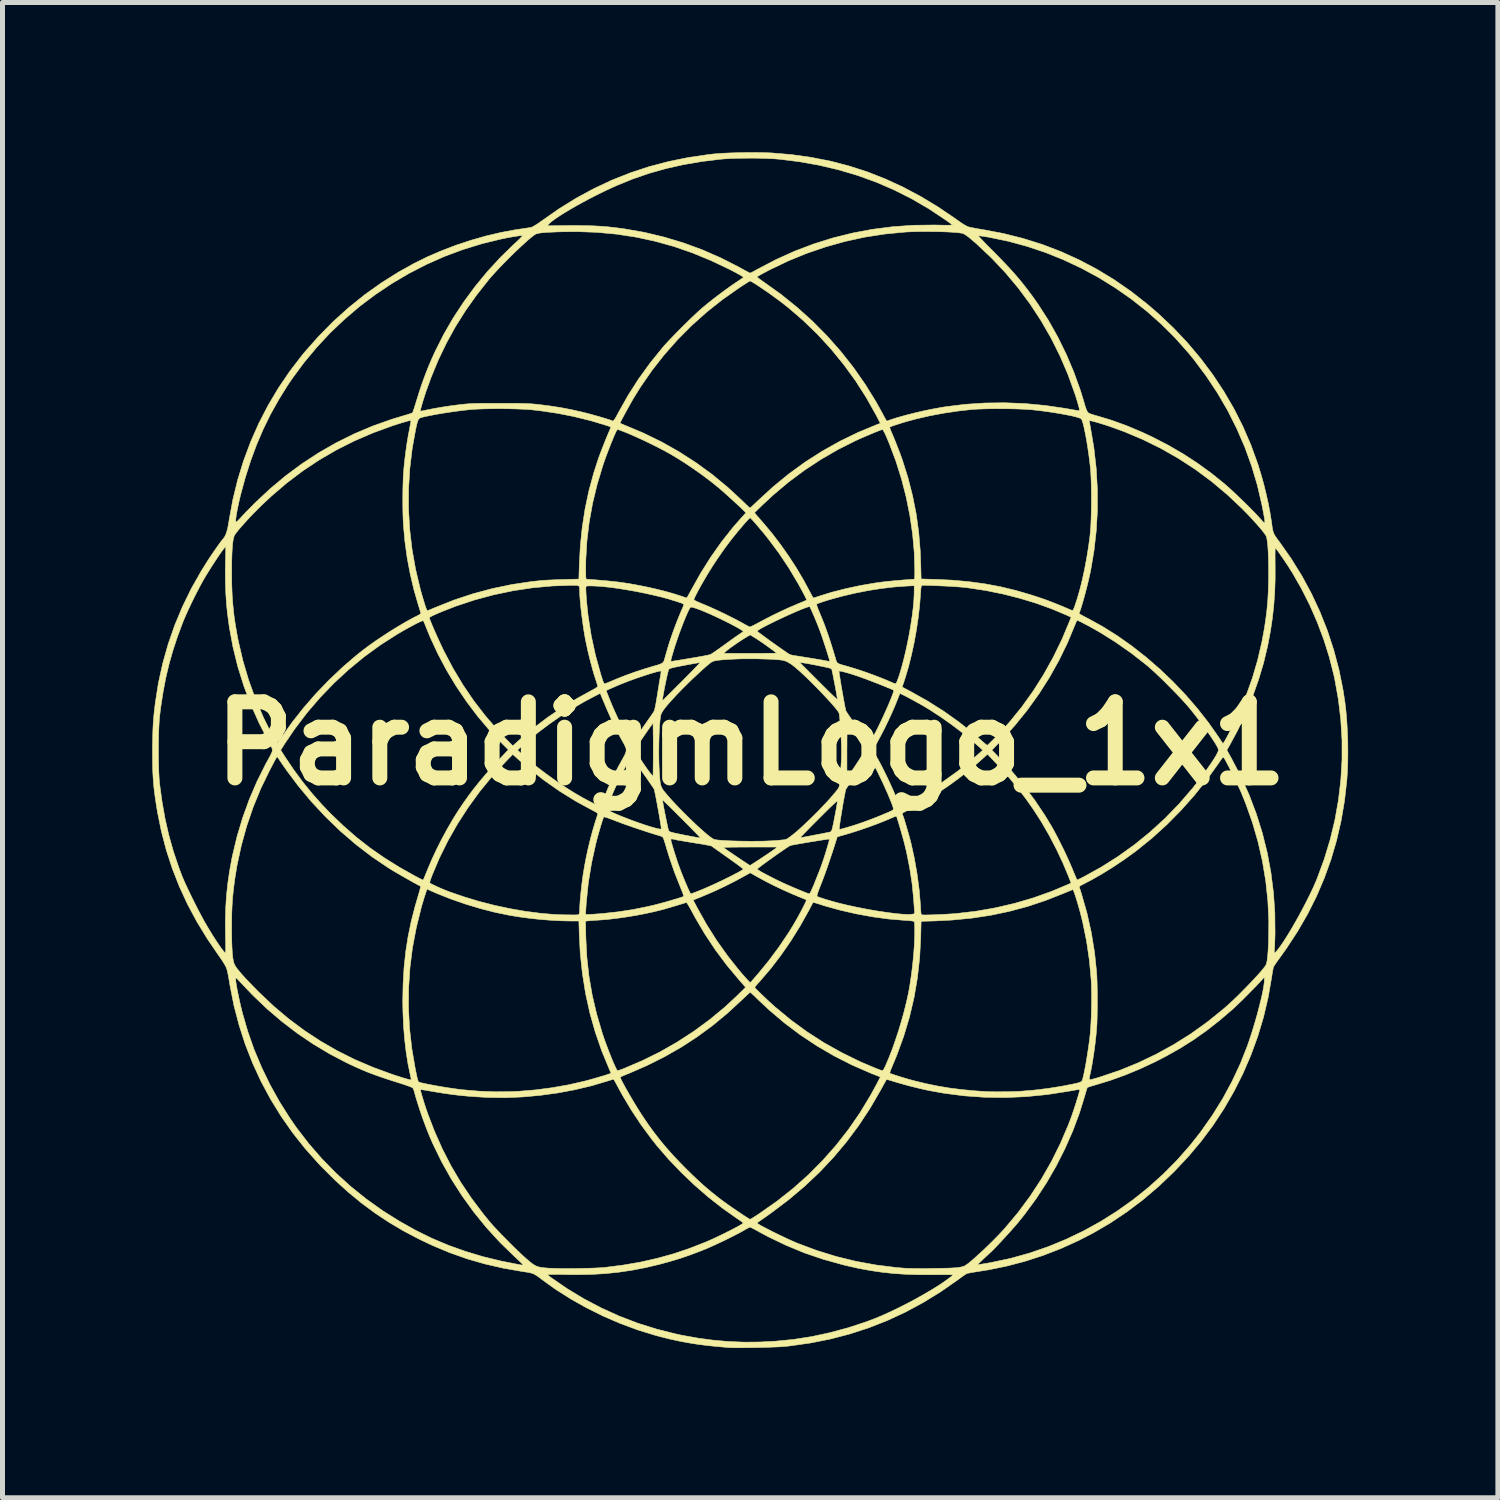
<source format=kicad_pcb>
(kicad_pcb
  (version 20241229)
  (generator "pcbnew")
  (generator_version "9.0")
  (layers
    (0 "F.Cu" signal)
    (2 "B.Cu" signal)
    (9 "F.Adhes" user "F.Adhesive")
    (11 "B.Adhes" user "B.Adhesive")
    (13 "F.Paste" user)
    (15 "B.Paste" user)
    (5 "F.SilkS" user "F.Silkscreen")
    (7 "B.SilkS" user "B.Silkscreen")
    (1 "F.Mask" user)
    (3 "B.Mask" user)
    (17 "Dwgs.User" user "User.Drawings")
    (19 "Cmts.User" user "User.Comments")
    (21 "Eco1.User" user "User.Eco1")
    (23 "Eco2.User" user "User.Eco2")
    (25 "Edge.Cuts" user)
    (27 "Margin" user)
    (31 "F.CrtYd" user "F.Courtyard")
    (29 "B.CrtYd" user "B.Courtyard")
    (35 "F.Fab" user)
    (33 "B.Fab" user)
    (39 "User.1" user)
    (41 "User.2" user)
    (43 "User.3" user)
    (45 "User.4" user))
  (footprint "ParadigmLogo_1x1"
    (layer "F.Cu")
    (at 11.997 11.844)
    (property "Reference" "ParadigmLogo_1x1" (at 0 0 0) (layer "F.SilkS") (effects (font (size 1.524 1.524) (thickness 0.3))))
    (attr through_hole)
    (fp_poly (pts (xy 0.144 -11.838) (xy 0.269 -11.836) (xy 0.378 -11.832) (xy 0.406 -11.831) (xy 0.81 -11.797) (xy 1.202 -11.742) (xy 1.585 -11.667) (xy 1.959 -11.57) (xy 2.326 -11.452) (xy 2.685 -11.311) (xy 3.04 -11.148) (xy 3.39 -10.962) (xy 3.737 -10.753) (xy 4.082 -10.52) (xy 4.116 -10.495) (xy 4.201 -10.435) (xy 4.27 -10.391) (xy 4.323 -10.362) (xy 4.358 -10.348) (xy 4.39 -10.34) (xy 4.441 -10.33) (xy 4.506 -10.318) (xy 4.579 -10.305) (xy 4.651 -10.293) (xy 5.053 -10.217) (xy 5.446 -10.118) (xy 5.83 -9.998) (xy 6.204 -9.855) (xy 6.569 -9.689) (xy 6.924 -9.502) (xy 7.269 -9.293) (xy 7.603 -9.062) (xy 7.928 -8.808) (xy 8.15 -8.617) (xy 8.453 -8.331) (xy 8.737 -8.031) (xy 9.001 -7.718) (xy 9.245 -7.393) (xy 9.468 -7.056) (xy 9.671 -6.708) (xy 9.852 -6.349) (xy 10.011 -5.981) (xy 10.148 -5.604) (xy 10.159 -5.57) (xy 10.215 -5.386) (xy 10.269 -5.194) (xy 10.317 -4.998) (xy 10.36 -4.805) (xy 10.395 -4.621) (xy 10.422 -4.452) (xy 10.426 -4.427) (xy 10.436 -4.349) (xy 10.446 -4.29) (xy 10.457 -4.243) (xy 10.472 -4.203) (xy 10.494 -4.163) (xy 10.525 -4.117) (xy 10.566 -4.06) (xy 10.58 -4.043) (xy 10.816 -3.707) (xy 11.031 -3.361) (xy 11.224 -3.004) (xy 11.395 -2.637) (xy 11.544 -2.261) (xy 11.67 -1.875) (xy 11.775 -1.481) (xy 11.856 -1.079) (xy 11.895 -0.826) (xy 11.916 -0.649) (xy 11.932 -0.455) (xy 11.944 -0.25) (xy 11.952 -0.039) (xy 11.954 0.171) (xy 11.952 0.375) (xy 11.945 0.566) (xy 11.933 0.738) (xy 11.886 1.152) (xy 11.817 1.554) (xy 11.727 1.945) (xy 11.615 2.326) (xy 11.481 2.697) (xy 11.326 3.061) (xy 11.148 3.416) (xy 10.947 3.764) (xy 10.722 4.107) (xy 10.588 4.295) (xy 10.548 4.35) (xy 10.513 4.4) (xy 10.485 4.441) (xy 10.468 4.469) (xy 10.464 4.478) (xy 10.458 4.5) (xy 10.45 4.542) (xy 10.44 4.597) (xy 10.43 4.66) (xy 10.426 4.688) (xy 10.357 5.086) (xy 10.265 5.478) (xy 10.15 5.863) (xy 10.012 6.241) (xy 9.853 6.61) (xy 9.673 6.968) (xy 9.472 7.316) (xy 9.251 7.652) (xy 9.01 7.974) (xy 8.758 8.273) (xy 8.467 8.582) (xy 8.164 8.871) (xy 7.851 9.138) (xy 7.526 9.383) (xy 7.19 9.608) (xy 6.844 9.81) (xy 6.562 9.955) (xy 6.208 10.116) (xy 5.852 10.254) (xy 5.492 10.371) (xy 5.123 10.468) (xy 4.742 10.546) (xy 4.508 10.583) (xy 4.445 10.593) (xy 4.388 10.603) (xy 4.344 10.612) (xy 4.318 10.62) (xy 4.314 10.621) (xy 4.295 10.633) (xy 4.261 10.656) (xy 4.216 10.688) (xy 4.164 10.726) (xy 4.137 10.746) (xy 3.795 10.984) (xy 3.447 11.198) (xy 3.091 11.39) (xy 2.727 11.559) (xy 2.355 11.705) (xy 1.974 11.829) (xy 1.583 11.931) (xy 1.183 12.01) (xy 0.772 12.068) (xy 0.683 12.078) (xy 0.629 12.082) (xy 0.555 12.087) (xy 0.465 12.09) (xy 0.364 12.094) (xy 0.254 12.097) (xy 0.14 12.1) (xy 0.025 12.102) (xy -0.086 12.103) (xy -0.191 12.104) (xy -0.285 12.104) (xy -0.365 12.103) (xy -0.426 12.101) (xy -0.454 12.1) (xy -0.683 12.08) (xy -0.892 12.058) (xy -1.087 12.033) (xy -1.272 12.003) (xy -1.452 11.969) (xy -1.631 11.93) (xy -1.814 11.884) (xy -1.927 11.854) (xy -2.277 11.746) (xy -2.624 11.617) (xy -2.965 11.47) (xy -3.297 11.305) (xy -3.617 11.125) (xy -3.922 10.931) (xy -4.159 10.761) (xy -4.225 10.711) (xy -4.276 10.673) (xy -4.318 10.646) (xy -4.329 10.64) (xy -4.076 10.64) (xy -4.066 10.652) (xy -4.043 10.673) (xy -4.019 10.691) (xy -3.692 10.917) (xy -3.353 11.122) (xy -3.002 11.307) (xy -2.64 11.471) (xy -2.269 11.613) (xy -1.889 11.732) (xy -1.503 11.829) (xy -1.391 11.853) (xy -1.069 11.911) (xy -0.756 11.953) (xy -0.447 11.98) (xy -0.136 11.992) (xy 0.184 11.989) (xy 0.484 11.973) (xy 0.845 11.938) (xy 1.211 11.881) (xy 1.577 11.802) (xy 1.941 11.704) (xy 2.298 11.587) (xy 2.48 11.519) (xy 2.623 11.459) (xy 2.78 11.388) (xy 2.947 11.308) (xy 3.119 11.221) (xy 3.29 11.13) (xy 3.456 11.037) (xy 3.611 10.946) (xy 3.751 10.859) (xy 3.762 10.852) (xy 3.829 10.808) (xy 3.891 10.764) (xy 3.947 10.724) (xy 3.992 10.69) (xy 4.024 10.663) (xy 4.039 10.647) (xy 4.04 10.645) (xy 4.028 10.643) (xy 3.995 10.642) (xy 3.944 10.641) (xy 3.877 10.64) (xy 3.797 10.641) (xy 3.708 10.641) (xy 3.656 10.642) (xy 3.377 10.642) (xy 3.117 10.634) (xy 2.869 10.618) (xy 2.629 10.593) (xy 2.392 10.558) (xy 2.151 10.514) (xy 1.903 10.458) (xy 1.842 10.443) (xy 1.45 10.334) (xy 1.069 10.205) (xy 0.701 10.053) (xy 0.343 9.881) (xy 0.177 9.792) (xy 0.116 9.758) (xy 0.062 9.729) (xy 0.018 9.707) (xy -0.011 9.692) (xy -0.022 9.688) (xy -0.037 9.694) (xy -0.068 9.71) (xy -0.11 9.732) (xy -0.141 9.75) (xy -0.222 9.796) (xy -0.321 9.847) (xy -0.431 9.903) (xy -0.549 9.961) (xy -0.668 10.017) (xy -0.783 10.07) (xy -0.89 10.117) (xy -0.983 10.155) (xy -0.986 10.156) (xy -1.206 10.24) (xy -1.417 10.313) (xy -1.63 10.377) (xy -1.832 10.432) (xy -2.114 10.499) (xy -2.388 10.552) (xy -2.66 10.592) (xy -2.934 10.62) (xy -3.217 10.636) (xy -3.513 10.641) (xy -3.722 10.638) (xy -3.812 10.636) (xy -3.893 10.635) (xy -3.963 10.635) (xy -4.019 10.635) (xy -4.057 10.637) (xy -4.075 10.639) (xy -4.076 10.64) (xy -4.329 10.64) (xy -4.355 10.626) (xy -4.393 10.612) (xy -4.436 10.601) (xy -4.489 10.591) (xy -4.558 10.581) (xy -4.584 10.577) (xy -4.966 10.51) (xy -5.333 10.426) (xy -5.69 10.323) (xy -6.04 10.199) (xy -6.385 10.055) (xy -6.652 9.928) (xy -6.962 9.765) (xy -7.256 9.591) (xy -7.538 9.404) (xy -7.81 9.202) (xy -8.075 8.984) (xy -8.337 8.746) (xy -8.597 8.487) (xy -8.663 8.418) (xy -8.935 8.113) (xy -9.187 7.795) (xy -9.418 7.464) (xy -9.629 7.121) (xy -9.819 6.767) (xy -9.987 6.402) (xy -10.134 6.027) (xy -10.258 5.642) (xy -10.361 5.249) (xy -10.44 4.847) (xy -10.456 4.753) (xy -10.464 4.704) (xy -10.326 4.704) (xy -10.325 4.736) (xy -10.32 4.787) (xy -10.309 4.853) (xy -10.295 4.933) (xy -10.277 5.023) (xy -10.256 5.122) (xy -10.233 5.226) (xy -10.207 5.333) (xy -10.19 5.401) (xy -10.085 5.764) (xy -9.958 6.126) (xy -9.808 6.484) (xy -9.638 6.834) (xy -9.449 7.174) (xy -9.242 7.502) (xy -9.11 7.693) (xy -8.863 8.014) (xy -8.599 8.318) (xy -8.319 8.604) (xy -8.022 8.873) (xy -7.708 9.126) (xy -7.376 9.362) (xy -7.348 9.38) (xy -7.033 9.577) (xy -6.716 9.754) (xy -6.395 9.912) (xy -6.066 10.051) (xy -5.727 10.172) (xy -5.376 10.278) (xy -5.01 10.367) (xy -4.632 10.442) (xy -4.596 10.447) (xy -4.578 10.448) (xy -4.572 10.443) (xy -4.572 10.44) (xy -4.581 10.429) (xy -4.604 10.405) (xy -4.641 10.37) (xy -4.687 10.326) (xy -4.74 10.277) (xy -4.747 10.27) (xy -5.032 9.993) (xy -5.302 9.698) (xy -5.555 9.387) (xy -5.79 9.062) (xy -6.006 8.725) (xy -6.201 8.378) (xy -6.375 8.021) (xy -6.444 7.862) (xy -6.491 7.746) (xy -6.54 7.616) (xy -6.59 7.48) (xy -6.637 7.341) (xy -6.68 7.207) (xy -6.718 7.084) (xy -6.747 6.976) (xy -6.748 6.973) (xy -6.76 6.936) (xy -6.761 6.934) (xy -6.623 6.934) (xy -6.622 6.947) (xy -6.615 6.981) (xy -6.602 7.029) (xy -6.584 7.09) (xy -6.563 7.16) (xy -6.54 7.234) (xy -6.515 7.309) (xy -6.49 7.383) (xy -6.485 7.398) (xy -6.342 7.77) (xy -6.184 8.125) (xy -6.009 8.465) (xy -5.815 8.794) (xy -5.6 9.113) (xy -5.364 9.426) (xy -5.228 9.592) (xy -5.173 9.655) (xy -5.103 9.73) (xy -5.023 9.815) (xy -4.935 9.905) (xy -4.843 9.998) (xy -4.752 10.089) (xy -4.663 10.174) (xy -4.582 10.251) (xy -4.51 10.316) (xy -4.476 10.345) (xy -4.417 10.395) (xy -4.367 10.433) (xy -4.322 10.46) (xy -4.276 10.479) (xy -4.225 10.492) (xy -4.161 10.501) (xy -4.081 10.508) (xy -4.052 10.51) (xy -3.976 10.513) (xy -3.882 10.516) (xy -3.773 10.518) (xy -3.654 10.518) (xy -3.529 10.517) (xy -3.404 10.515) (xy -3.281 10.512) (xy -3.166 10.509) (xy -3.062 10.504) (xy -2.975 10.499) (xy -2.915 10.493) (xy -2.556 10.447) (xy -2.214 10.388) (xy -1.884 10.313) (xy -1.561 10.224) (xy -1.242 10.117) (xy -0.922 9.992) (xy -0.919 9.991) (xy -0.847 9.96) (xy -0.767 9.924) (xy -0.683 9.885) (xy -0.596 9.843) (xy -0.51 9.801) (xy -0.427 9.759) (xy -0.351 9.72) (xy -0.284 9.684) (xy -0.228 9.653) (xy -0.187 9.628) (xy -0.163 9.611) (xy -0.158 9.604) (xy -0.162 9.601) (xy 0.121 9.601) (xy 0.121 9.608) (xy 0.135 9.62) (xy 0.164 9.639) (xy 0.209 9.665) (xy 0.272 9.698) (xy 0.353 9.74) (xy 0.455 9.792) (xy 0.466 9.797) (xy 0.554 9.84) (xy 0.647 9.884) (xy 0.737 9.927) (xy 0.82 9.964) (xy 0.89 9.995) (xy 0.925 10.01) (xy 1.313 10.155) (xy 1.704 10.276) (xy 2.1 10.373) (xy 2.5 10.446) (xy 2.906 10.497) (xy 3.078 10.511) (xy 3.132 10.514) (xy 3.206 10.515) (xy 3.294 10.516) (xy 3.394 10.517) (xy 3.501 10.517) (xy 3.612 10.516) (xy 3.722 10.514) (xy 3.828 10.512) (xy 3.925 10.51) (xy 4.01 10.507) (xy 4.078 10.503) (xy 4.126 10.5) (xy 4.187 10.491) (xy 4.241 10.478) (xy 4.277 10.465) (xy 4.313 10.442) (xy 4.314 10.442) (xy 4.531 10.442) (xy 4.591 10.433) (xy 4.625 10.428) (xy 4.677 10.419) (xy 4.739 10.409) (xy 4.806 10.397) (xy 4.82 10.394) (xy 5.201 10.313) (xy 5.577 10.208) (xy 5.946 10.081) (xy 6.308 9.932) (xy 6.661 9.763) (xy 7.005 9.573) (xy 7.337 9.363) (xy 7.658 9.134) (xy 7.965 8.888) (xy 8.258 8.623) (xy 8.536 8.342) (xy 8.797 8.045) (xy 9.003 7.783) (xy 9.236 7.452) (xy 9.447 7.113) (xy 9.634 6.767) (xy 9.799 6.415) (xy 9.941 6.056) (xy 9.969 5.975) (xy 10.012 5.845) (xy 10.055 5.709) (xy 10.096 5.572) (xy 10.135 5.436) (xy 10.17 5.303) (xy 10.202 5.176) (xy 10.23 5.059) (xy 10.252 4.953) (xy 10.268 4.863) (xy 10.278 4.79) (xy 10.281 4.745) (xy 10.281 4.679) (xy 10.212 4.756) (xy 10.153 4.819) (xy 10.083 4.893) (xy 10.004 4.973) (xy 9.922 5.056) (xy 9.841 5.137) (xy 9.763 5.212) (xy 9.695 5.277) (xy 9.646 5.322) (xy 9.387 5.544) (xy 9.129 5.747) (xy 8.867 5.932) (xy 8.597 6.103) (xy 8.315 6.262) (xy 8.086 6.38) (xy 7.788 6.519) (xy 7.496 6.64) (xy 7.202 6.746) (xy 6.913 6.835) (xy 6.852 6.852) (xy 6.8 6.868) (xy 6.761 6.881) (xy 6.739 6.89) (xy 6.735 6.892) (xy 6.729 6.906) (xy 6.718 6.939) (xy 6.704 6.986) (xy 6.689 7.039) (xy 6.578 7.4) (xy 6.444 7.759) (xy 6.288 8.113) (xy 6.113 8.46) (xy 5.918 8.798) (xy 5.706 9.123) (xy 5.477 9.434) (xy 5.341 9.604) (xy 5.3 9.651) (xy 5.249 9.709) (xy 5.191 9.775) (xy 5.128 9.844) (xy 5.063 9.915) (xy 5 9.983) (xy 4.94 10.047) (xy 4.887 10.103) (xy 4.843 10.148) (xy 4.811 10.179) (xy 4.802 10.187) (xy 4.777 10.21) (xy 4.739 10.245) (xy 4.694 10.287) (xy 4.646 10.332) (xy 4.645 10.333) (xy 4.531 10.442) (xy 4.314 10.442) (xy 4.363 10.404) (xy 4.425 10.353) (xy 4.496 10.29) (xy 4.574 10.219) (xy 4.658 10.142) (xy 4.743 10.06) (xy 4.829 9.976) (xy 4.912 9.892) (xy 4.991 9.81) (xy 5.062 9.733) (xy 5.084 9.709) (xy 5.344 9.399) (xy 5.586 9.073) (xy 5.808 8.734) (xy 6.011 8.381) (xy 6.193 8.016) (xy 6.354 7.64) (xy 6.394 7.535) (xy 6.417 7.474) (xy 6.441 7.403) (xy 6.467 7.326) (xy 6.493 7.248) (xy 6.517 7.171) (xy 6.539 7.099) (xy 6.558 7.037) (xy 6.571 6.988) (xy 6.579 6.957) (xy 6.58 6.948) (xy 6.58 6.94) (xy 6.577 6.935) (xy 6.569 6.933) (xy 6.552 6.933) (xy 6.523 6.937) (xy 6.478 6.945) (xy 6.416 6.956) (xy 6.359 6.966) (xy 5.933 7.032) (xy 5.511 7.074) (xy 5.093 7.093) (xy 4.678 7.087) (xy 4.267 7.058) (xy 3.858 7.005) (xy 3.574 6.954) (xy 3.456 6.929) (xy 3.325 6.898) (xy 3.189 6.864) (xy 3.055 6.828) (xy 2.931 6.793) (xy 2.849 6.768) (xy 2.796 6.752) (xy 2.753 6.739) (xy 2.723 6.732) (xy 2.712 6.73) (xy 2.705 6.742) (xy 2.689 6.771) (xy 2.664 6.815) (xy 2.633 6.871) (xy 2.598 6.935) (xy 2.59 6.95) (xy 2.381 7.309) (xy 2.155 7.652) (xy 1.912 7.978) (xy 1.65 8.29) (xy 1.369 8.588) (xy 1.069 8.871) (xy 0.749 9.141) (xy 0.409 9.398) (xy 0.321 9.461) (xy 0.261 9.503) (xy 0.207 9.54) (xy 0.165 9.57) (xy 0.135 9.591) (xy 0.121 9.6) (xy 0.121 9.601) (xy -0.162 9.601) (xy -0.167 9.596) (xy -0.193 9.576) (xy -0.232 9.549) (xy -0.281 9.516) (xy -0.294 9.507) (xy -0.578 9.306) (xy -0.86 9.085) (xy -1.135 8.846) (xy -1.4 8.593) (xy -1.652 8.33) (xy -1.886 8.06) (xy -1.995 7.922) (xy -2.202 7.642) (xy -2.399 7.345) (xy -2.581 7.04) (xy -2.661 6.894) (xy -2.691 6.838) (xy -2.717 6.789) (xy -2.738 6.752) (xy -2.75 6.73) (xy -2.752 6.727) (xy -2.764 6.728) (xy -2.795 6.736) (xy -2.838 6.749) (xy -2.869 6.759) (xy -3.191 6.855) (xy -3.527 6.935) (xy -3.872 7) (xy -4.223 7.048) (xy -4.573 7.08) (xy -4.919 7.095) (xy -5.255 7.091) (xy -5.313 7.088) (xy -5.506 7.077) (xy -5.682 7.064) (xy -5.849 7.048) (xy -6.011 7.028) (xy -6.178 7.004) (xy -6.356 6.975) (xy -6.408 6.966) (xy -6.476 6.954) (xy -6.536 6.944) (xy -6.583 6.937) (xy -6.613 6.934) (xy -6.623 6.934) (xy -6.761 6.934) (xy -6.774 6.906) (xy -6.777 6.902) (xy -6.794 6.89) (xy -6.835 6.873) (xy -6.896 6.851) (xy -6.978 6.823) (xy -7.076 6.792) (xy -7.246 6.738) (xy -7.397 6.688) (xy -7.535 6.639) (xy -7.663 6.591) (xy -7.787 6.54) (xy -7.912 6.485) (xy -8.042 6.425) (xy -8.116 6.389) (xy -8.448 6.215) (xy -8.775 6.019) (xy -9.094 5.803) (xy -9.401 5.568) (xy -9.696 5.317) (xy -9.975 5.051) (xy -10.152 4.866) (xy -10.201 4.813) (xy -10.246 4.766) (xy -10.282 4.728) (xy -10.308 4.703) (xy -10.321 4.693) (xy -10.322 4.693) (xy -10.326 4.704) (xy -10.464 4.704) (xy -10.468 4.682) (xy -10.481 4.613) (xy -10.494 4.553) (xy -10.507 4.509) (xy -10.511 4.496) (xy -10.528 4.461) (xy -10.557 4.41) (xy -10.595 4.35) (xy -10.64 4.283) (xy -10.665 4.248) (xy -10.897 3.908) (xy -11.106 3.565) (xy -11.292 3.217) (xy -11.455 2.864) (xy -11.596 2.504) (xy -11.716 2.135) (xy -11.815 1.757) (xy -11.894 1.367) (xy -11.931 1.134) (xy -11.948 1.011) (xy -11.962 0.898) (xy -11.972 0.791) (xy -11.98 0.684) (xy -11.986 0.572) (xy -11.99 0.452) (xy -11.991 0.317) (xy -11.992 0.187) (xy -11.873 0.187) (xy -11.872 0.328) (xy -11.869 0.462) (xy -11.865 0.586) (xy -11.859 0.695) (xy -11.852 0.786) (xy -11.85 0.804) (xy -11.801 1.165) (xy -11.74 1.508) (xy -11.664 1.84) (xy -11.573 2.163) (xy -11.465 2.483) (xy -11.399 2.658) (xy -11.37 2.727) (xy -11.332 2.812) (xy -11.286 2.911) (xy -11.234 3.019) (xy -11.179 3.131) (xy -11.122 3.245) (xy -11.065 3.356) (xy -11.01 3.459) (xy -10.96 3.552) (xy -10.934 3.598) (xy -10.879 3.692) (xy -10.823 3.784) (xy -10.768 3.873) (xy -10.714 3.955) (xy -10.665 4.029) (xy -10.62 4.093) (xy -10.582 4.143) (xy -10.552 4.178) (xy -10.532 4.196) (xy -10.528 4.197) (xy -10.527 4.185) (xy -10.526 4.153) (xy -10.527 4.102) (xy -10.527 4.035) (xy -10.528 3.957) (xy -10.53 3.869) (xy -10.53 3.843) (xy -10.532 3.671) (xy -10.407 3.671) (xy -10.406 3.835) (xy -10.404 3.976) (xy -10.399 4.096) (xy -10.393 4.197) (xy -10.385 4.28) (xy -10.374 4.346) (xy -10.361 4.398) (xy -10.347 4.433) (xy -10.32 4.478) (xy -10.275 4.537) (xy -10.213 4.612) (xy -10.134 4.7) (xy -10.038 4.801) (xy -9.926 4.916) (xy -9.847 4.995) (xy -9.557 5.269) (xy -9.257 5.521) (xy -8.946 5.752) (xy -8.623 5.964) (xy -8.287 6.157) (xy -7.937 6.332) (xy -7.571 6.488) (xy -7.189 6.628) (xy -7.058 6.671) (xy -6.975 6.697) (xy -6.911 6.716) (xy -6.866 6.728) (xy -6.835 6.735) (xy -6.818 6.735) (xy -6.81 6.731) (xy -6.81 6.728) (xy -6.812 6.712) (xy -6.819 6.68) (xy -6.827 6.645) (xy -6.873 6.424) (xy -6.911 6.184) (xy -6.941 5.929) (xy -6.963 5.663) (xy -6.975 5.39) (xy -6.977 5.302) (xy -6.864 5.302) (xy -6.843 5.707) (xy -6.797 6.114) (xy -6.727 6.522) (xy -6.694 6.679) (xy -6.683 6.723) (xy -6.673 6.757) (xy -6.666 6.775) (xy -6.666 6.776) (xy -6.648 6.785) (xy -6.609 6.796) (xy -6.553 6.809) (xy -6.481 6.824) (xy -6.398 6.84) (xy -6.306 6.857) (xy -6.208 6.874) (xy -6.107 6.891) (xy -6.006 6.906) (xy -5.908 6.92) (xy -5.817 6.932) (xy -5.782 6.936) (xy -5.457 6.964) (xy -5.123 6.977) (xy -4.792 6.973) (xy -4.648 6.966) (xy -4.323 6.939) (xy -3.994 6.896) (xy -3.669 6.839) (xy -3.355 6.768) (xy -3.282 6.749) (xy -3.215 6.731) (xy -3.141 6.71) (xy -3.064 6.687) (xy -3.046 6.682) (xy -2.622 6.682) (xy -2.62 6.696) (xy -2.606 6.727) (xy -2.583 6.774) (xy -2.551 6.834) (xy -2.512 6.905) (xy -2.468 6.982) (xy -2.42 7.065) (xy -2.37 7.151) (xy -2.318 7.237) (xy -2.267 7.32) (xy -2.218 7.397) (xy -2.18 7.456) (xy -2.062 7.631) (xy -1.945 7.792) (xy -1.826 7.945) (xy -1.702 8.094) (xy -1.568 8.245) (xy -1.421 8.4) (xy -1.313 8.51) (xy -1.193 8.628) (xy -1.084 8.732) (xy -0.982 8.826) (xy -0.882 8.913) (xy -0.78 8.998) (xy -0.672 9.084) (xy -0.592 9.145) (xy -0.54 9.183) (xy -0.48 9.227) (xy -0.413 9.274) (xy -0.343 9.322) (xy -0.273 9.37) (xy -0.206 9.415) (xy -0.145 9.456) (xy -0.093 9.489) (xy -0.053 9.514) (xy -0.027 9.529) (xy -0.02 9.531) (xy -0.007 9.525) (xy 0.023 9.507) (xy 0.067 9.48) (xy 0.12 9.446) (xy 0.18 9.406) (xy 0.52 9.167) (xy 0.842 8.912) (xy 1.146 8.641) (xy 1.432 8.353) (xy 1.7 8.05) (xy 1.949 7.732) (xy 2.18 7.398) (xy 2.391 7.049) (xy 2.506 6.839) (xy 2.588 6.68) (xy 2.38 6.597) (xy 2.38 6.597) (xy 2.778 6.597) (xy 2.778 6.605) (xy 2.793 6.612) (xy 2.828 6.624) (xy 2.877 6.641) (xy 2.938 6.66) (xy 3.006 6.682) (xy 3.077 6.703) (xy 3.148 6.724) (xy 3.213 6.742) (xy 3.265 6.756) (xy 3.5 6.813) (xy 3.732 6.861) (xy 3.965 6.9) (xy 4.207 6.931) (xy 4.463 6.956) (xy 4.675 6.971) (xy 4.748 6.974) (xy 4.839 6.976) (xy 4.942 6.977) (xy 5.051 6.976) (xy 5.161 6.975) (xy 5.264 6.972) (xy 5.356 6.968) (xy 5.386 6.967) (xy 5.661 6.944) (xy 5.945 6.91) (xy 6.226 6.865) (xy 6.426 6.826) (xy 6.5 6.81) (xy 6.553 6.797) (xy 6.59 6.785) (xy 6.613 6.772) (xy 6.628 6.756) (xy 6.637 6.736) (xy 6.64 6.725) (xy 6.659 6.649) (xy 6.679 6.554) (xy 6.7 6.444) (xy 6.721 6.323) (xy 6.741 6.197) (xy 6.76 6.07) (xy 6.777 5.947) (xy 6.79 5.832) (xy 6.792 5.818) (xy 6.8 5.72) (xy 6.807 5.603) (xy 6.813 5.472) (xy 6.817 5.334) (xy 6.819 5.193) (xy 6.82 5.054) (xy 6.818 4.924) (xy 6.815 4.807) (xy 6.811 4.735) (xy 6.775 4.34) (xy 6.718 3.953) (xy 6.64 3.573) (xy 6.585 3.356) (xy 6.561 3.27) (xy 6.537 3.187) (xy 6.513 3.11) (xy 6.492 3.042) (xy 6.473 2.988) (xy 6.458 2.949) (xy 6.448 2.929) (xy 6.445 2.927) (xy 6.431 2.932) (xy 6.399 2.944) (xy 6.353 2.963) (xy 6.297 2.986) (xy 6.269 2.998) (xy 5.907 3.141) (xy 5.543 3.263) (xy 5.174 3.362) (xy 4.8 3.441) (xy 4.416 3.499) (xy 4.022 3.537) (xy 3.689 3.554) (xy 3.405 3.562) (xy 3.397 3.883) (xy 3.376 4.291) (xy 3.331 4.694) (xy 3.263 5.091) (xy 3.171 5.483) (xy 3.055 5.869) (xy 2.916 6.249) (xy 2.819 6.482) (xy 2.799 6.53) (xy 2.785 6.57) (xy 2.778 6.597) (xy 2.38 6.597) (xy 2.016 6.438) (xy 1.662 6.258) (xy 1.317 6.057) (xy 0.984 5.836) (xy 0.665 5.596) (xy 0.362 5.339) (xy 0.149 5.14) (xy 0.099 5.09) (xy 0.054 5.047) (xy 0.017 5.013) (xy -0.008 4.991) (xy -0.018 4.983) (xy -0.03 4.991) (xy -0.055 5.014) (xy -0.092 5.048) (xy -0.137 5.09) (xy -0.186 5.137) (xy -0.476 5.404) (xy -0.773 5.65) (xy -1.08 5.875) (xy -1.399 6.083) (xy -1.732 6.273) (xy -2.081 6.448) (xy -2.442 6.606) (xy -2.503 6.63) (xy -2.555 6.652) (xy -2.594 6.669) (xy -2.618 6.68) (xy -2.622 6.682) (xy -3.046 6.682) (xy -2.99 6.666) (xy -2.925 6.646) (xy -2.873 6.629) (xy -2.839 6.617) (xy -2.806 6.605) (xy -2.837 6.535) (xy -2.991 6.163) (xy -3.122 5.784) (xy -3.231 5.399) (xy -3.317 5.007) (xy -3.381 4.606) (xy -3.424 4.195) (xy -3.443 3.831) (xy -3.451 3.558) (xy -3.318 3.558) (xy -3.311 3.893) (xy -3.291 4.278) (xy -3.249 4.66) (xy -3.184 5.039) (xy -3.095 5.418) (xy -2.983 5.799) (xy -2.981 5.805) (xy -2.953 5.89) (xy -2.921 5.979) (xy -2.887 6.071) (xy -2.852 6.163) (xy -2.817 6.251) (xy -2.784 6.334) (xy -2.753 6.407) (xy -2.725 6.469) (xy -2.702 6.516) (xy -2.685 6.546) (xy -2.675 6.556) (xy -2.661 6.551) (xy -2.629 6.54) (xy -2.584 6.524) (xy -2.545 6.509) (xy -2.18 6.353) (xy -1.824 6.177) (xy -1.48 5.98) (xy -1.148 5.765) (xy -0.831 5.532) (xy -0.53 5.283) (xy -0.294 5.064) (xy -0.111 4.885) (xy 0.073 4.885) (xy 0.081 4.897) (xy 0.105 4.924) (xy 0.142 4.961) (xy 0.189 5.007) (xy 0.243 5.059) (xy 0.302 5.115) (xy 0.364 5.173) (xy 0.426 5.229) (xy 0.484 5.281) (xy 0.796 5.539) (xy 1.122 5.777) (xy 1.461 5.995) (xy 1.815 6.193) (xy 2.182 6.373) (xy 2.443 6.484) (xy 2.504 6.509) (xy 2.558 6.53) (xy 2.6 6.545) (xy 2.626 6.554) (xy 2.632 6.556) (xy 2.643 6.545) (xy 2.66 6.518) (xy 2.681 6.478) (xy 2.691 6.456) (xy 2.756 6.304) (xy 2.823 6.134) (xy 2.888 5.949) (xy 2.952 5.756) (xy 3.011 5.56) (xy 3.065 5.365) (xy 3.112 5.176) (xy 3.151 4.999) (xy 3.162 4.942) (xy 3.19 4.775) (xy 3.215 4.596) (xy 3.237 4.411) (xy 3.255 4.226) (xy 3.268 4.047) (xy 3.275 3.881) (xy 3.277 3.762) (xy 3.277 3.698) (xy 3.275 3.642) (xy 3.272 3.599) (xy 3.268 3.573) (xy 3.267 3.569) (xy 3.255 3.562) (xy 3.228 3.556) (xy 3.183 3.55) (xy 3.118 3.545) (xy 3.07 3.542) (xy 2.756 3.516) (xy 2.432 3.472) (xy 2.104 3.412) (xy 1.78 3.338) (xy 1.464 3.25) (xy 1.375 3.221) (xy 1.323 3.205) (xy 1.28 3.192) (xy 1.251 3.185) (xy 1.241 3.183) (xy 1.234 3.195) (xy 1.219 3.224) (xy 1.196 3.266) (xy 1.169 3.319) (xy 1.157 3.341) (xy 0.984 3.651) (xy 0.797 3.952) (xy 0.598 4.24) (xy 0.39 4.512) (xy 0.174 4.764) (xy 0.151 4.789) (xy 0.117 4.827) (xy 0.091 4.858) (xy 0.075 4.879) (xy 0.073 4.885) (xy -0.111 4.885) (xy -0.11 4.885) (xy -0.24 4.737) (xy -0.49 4.438) (xy -0.718 4.132) (xy -0.929 3.814) (xy -1.125 3.481) (xy -1.197 3.346) (xy -1.229 3.289) (xy -1.257 3.241) (xy -1.279 3.205) (xy -1.294 3.187) (xy -1.299 3.185) (xy -1.319 3.192) (xy -1.358 3.204) (xy -1.411 3.22) (xy -1.474 3.239) (xy -1.541 3.259) (xy -1.608 3.279) (xy -1.67 3.297) (xy -1.723 3.313) (xy -1.762 3.324) (xy -1.766 3.325) (xy -1.934 3.367) (xy -2.117 3.407) (xy -2.308 3.444) (xy -2.503 3.476) (xy -2.694 3.503) (xy -2.875 3.524) (xy -3.041 3.537) (xy -3.059 3.538) (xy -3.12 3.542) (xy -3.181 3.546) (xy -3.232 3.55) (xy -3.252 3.552) (xy -3.318 3.558) (xy -3.451 3.558) (xy -3.451 3.556) (xy -3.611 3.556) (xy -3.804 3.552) (xy -4.013 3.541) (xy -4.23 3.524) (xy -4.448 3.5) (xy -4.658 3.472) (xy -4.844 3.441) (xy -5.135 3.381) (xy -5.433 3.304) (xy -5.731 3.214) (xy -6.023 3.112) (xy -6.302 3.001) (xy -6.425 2.947) (xy -6.493 2.916) (xy -6.53 3.027) (xy -6.549 3.085) (xy -6.57 3.157) (xy -6.593 3.232) (xy -6.609 3.29) (xy -6.708 3.69) (xy -6.784 4.091) (xy -6.835 4.494) (xy -6.861 4.897) (xy -6.864 5.302) (xy -6.977 5.302) (xy -6.979 5.153) (xy -6.972 4.812) (xy -6.953 4.487) (xy -6.92 4.173) (xy -6.872 3.866) (xy -6.809 3.562) (xy -6.73 3.254) (xy -6.668 3.043) (xy -6.65 2.981) (xy -6.635 2.927) (xy -6.626 2.887) (xy -6.622 2.863) (xy -6.623 2.858) (xy -6.642 2.849) (xy -6.679 2.83) (xy -6.73 2.802) (xy -6.774 2.778) (xy -6.437 2.778) (xy -6.436 2.793) (xy -6.432 2.797) (xy -6.405 2.813) (xy -6.36 2.835) (xy -6.303 2.862) (xy -6.237 2.892) (xy -6.169 2.921) (xy -6.103 2.948) (xy -6.049 2.969) (xy -5.753 3.071) (xy -5.448 3.163) (xy -5.137 3.243) (xy -4.826 3.309) (xy -4.521 3.362) (xy -4.225 3.4) (xy -4.106 3.411) (xy -4.02 3.418) (xy -3.951 3.423) (xy -3.893 3.426) (xy -3.84 3.429) (xy -3.785 3.431) (xy -3.721 3.432) (xy -3.644 3.433) (xy -3.639 3.433) (xy -3.568 3.434) (xy -3.517 3.434) (xy -3.483 3.432) (xy -3.462 3.429) (xy -3.451 3.424) (xy -3.45 3.423) (xy -3.317 3.423) (xy -3.246 3.423) (xy -3.209 3.422) (xy -3.155 3.419) (xy -3.088 3.414) (xy -3.015 3.409) (xy -2.969 3.405) (xy -2.661 3.371) (xy -2.362 3.325) (xy -2.063 3.264) (xy -1.965 3.241) (xy -1.899 3.225) (xy -1.825 3.205) (xy -1.745 3.184) (xy -1.665 3.161) (xy -1.586 3.138) (xy -1.578 3.136) (xy -1.161 3.136) (xy -1.075 3.301) (xy -0.891 3.628) (xy -0.689 3.948) (xy -0.471 4.254) (xy -0.272 4.505) (xy -0.226 4.561) (xy -0.178 4.617) (xy -0.132 4.669) (xy -0.09 4.716) (xy -0.055 4.754) (xy -0.03 4.779) (xy -0.018 4.79) (xy -0.018 4.79) (xy -0.009 4.781) (xy 0.013 4.757) (xy 0.046 4.72) (xy 0.087 4.672) (xy 0.134 4.618) (xy 0.139 4.613) (xy 0.356 4.347) (xy 0.561 4.071) (xy 0.75 3.79) (xy 0.833 3.656) (xy 0.874 3.586) (xy 0.917 3.511) (xy 0.959 3.435) (xy 0.999 3.362) (xy 1.034 3.294) (xy 1.064 3.234) (xy 1.087 3.186) (xy 1.102 3.152) (xy 1.106 3.135) (xy 1.105 3.134) (xy 1.09 3.125) (xy 1.058 3.111) (xy 1.014 3.093) (xy 0.992 3.084) (xy 0.897 3.045) (xy 1.32 3.045) (xy 1.32 3.06) (xy 1.322 3.063) (xy 1.345 3.073) (xy 1.387 3.088) (xy 1.445 3.107) (xy 1.514 3.129) (xy 1.59 3.151) (xy 1.669 3.174) (xy 1.748 3.195) (xy 1.788 3.205) (xy 1.93 3.239) (xy 2.077 3.271) (xy 2.225 3.301) (xy 2.373 3.329) (xy 2.518 3.354) (xy 2.657 3.375) (xy 2.788 3.393) (xy 2.908 3.408) (xy 3.016 3.418) (xy 3.108 3.423) (xy 3.183 3.423) (xy 3.237 3.418) (xy 3.25 3.415) (xy 3.265 3.409) (xy 3.273 3.397) (xy 3.274 3.371) (xy 3.271 3.34) (xy 3.268 3.302) (xy 3.264 3.248) (xy 3.259 3.182) (xy 3.254 3.113) (xy 3.253 3.096) (xy 3.223 2.8) (xy 3.176 2.494) (xy 3.114 2.182) (xy 3.071 2.004) (xy 3.059 1.956) (xy 3.042 1.897) (xy 3.023 1.829) (xy 3.003 1.757) (xy 2.982 1.685) (xy 2.961 1.616) (xy 2.943 1.555) (xy 2.927 1.505) (xy 2.916 1.47) (xy 2.91 1.455) (xy 2.91 1.454) (xy 2.898 1.457) (xy 2.87 1.467) (xy 2.835 1.482) (xy 2.683 1.547) (xy 2.514 1.614) (xy 2.336 1.679) (xy 2.155 1.741) (xy 1.981 1.796) (xy 1.887 1.824) (xy 1.725 1.87) (xy 1.695 1.966) (xy 1.643 2.13) (xy 1.589 2.291) (xy 1.537 2.446) (xy 1.486 2.591) (xy 1.438 2.72) (xy 1.398 2.824) (xy 1.365 2.907) (xy 1.342 2.97) (xy 1.327 3.016) (xy 1.32 3.045) (xy 0.897 3.045) (xy 0.824 3.015) (xy 0.645 2.935) (xy 0.463 2.849) (xy 0.288 2.76) (xy 0.126 2.672) (xy 0.109 2.663) (xy -0.018 2.59) (xy -0.073 2.621) (xy -0.309 2.75) (xy -0.534 2.864) (xy -0.75 2.965) (xy -0.963 3.056) (xy -1.001 3.072) (xy -1.161 3.136) (xy -1.578 3.136) (xy -1.513 3.117) (xy -1.45 3.097) (xy -1.399 3.081) (xy -1.365 3.068) (xy -1.352 3.062) (xy -1.353 3.048) (xy -1.363 3.017) (xy -1.38 2.97) (xy -1.403 2.914) (xy -1.422 2.866) (xy -1.534 2.584) (xy -1.634 2.295) (xy -1.694 2.101) (xy -1.713 2.033) (xy -1.732 1.973) (xy -1.747 1.928) (xy -1.609 1.928) (xy -1.605 1.949) (xy -1.595 1.988) (xy -1.579 2.043) (xy -1.559 2.109) (xy -1.537 2.182) (xy -1.512 2.258) (xy -1.488 2.334) (xy -1.464 2.405) (xy -1.441 2.468) (xy -1.438 2.476) (xy -1.412 2.545) (xy -1.383 2.62) (xy -1.352 2.697) (xy -1.321 2.772) (xy -1.291 2.842) (xy -1.264 2.905) (xy -1.24 2.956) (xy -1.222 2.992) (xy -1.211 3.01) (xy -1.209 3.012) (xy -1.195 3.007) (xy -1.163 2.996) (xy -1.116 2.978) (xy -1.058 2.955) (xy -1.014 2.938) (xy -0.941 2.908) (xy -0.859 2.872) (xy -0.771 2.833) (xy -0.68 2.791) (xy -0.589 2.748) (xy -0.5 2.704) (xy -0.416 2.663) (xy -0.339 2.623) (xy -0.272 2.588) (xy -0.218 2.558) (xy -0.18 2.535) (xy -0.16 2.519) (xy -0.158 2.516) (xy 0.121 2.516) (xy 0.131 2.526) (xy 0.161 2.546) (xy 0.206 2.573) (xy 0.265 2.605) (xy 0.335 2.642) (xy 0.412 2.682) (xy 0.493 2.723) (xy 0.577 2.764) (xy 0.643 2.795) (xy 0.697 2.819) (xy 0.76 2.847) (xy 0.829 2.877) (xy 0.9 2.907) (xy 0.97 2.936) (xy 1.035 2.963) (xy 1.09 2.985) (xy 1.133 3.001) (xy 1.159 3.01) (xy 1.164 3.011) (xy 1.175 3.002) (xy 1.19 2.979) (xy 1.191 2.977) (xy 1.208 2.939) (xy 1.233 2.884) (xy 1.262 2.815) (xy 1.293 2.738) (xy 1.326 2.655) (xy 1.358 2.574) (xy 1.388 2.497) (xy 1.413 2.429) (xy 1.42 2.407) (xy 1.444 2.338) (xy 1.468 2.264) (xy 1.492 2.189) (xy 1.514 2.116) (xy 1.534 2.049) (xy 1.55 1.992) (xy 1.562 1.948) (xy 1.567 1.921) (xy 1.567 1.914) (xy 1.555 1.915) (xy 1.522 1.919) (xy 1.472 1.926) (xy 1.408 1.936) (xy 1.334 1.948) (xy 1.254 1.961) (xy 1.17 1.974) (xy 1.087 1.988) (xy 1.007 2.002) (xy 0.934 2.015) (xy 0.872 2.026) (xy 0.823 2.035) (xy 0.792 2.042) (xy 0.784 2.044) (xy 0.767 2.053) (xy 0.734 2.074) (xy 0.687 2.105) (xy 0.631 2.144) (xy 0.567 2.188) (xy 0.498 2.236) (xy 0.428 2.286) (xy 0.358 2.336) (xy 0.293 2.383) (xy 0.234 2.426) (xy 0.185 2.463) (xy 0.148 2.492) (xy 0.126 2.51) (xy 0.121 2.516) (xy -0.158 2.516) (xy -0.157 2.515) (xy -0.167 2.506) (xy -0.194 2.485) (xy -0.236 2.453) (xy -0.29 2.413) (xy -0.355 2.366) (xy -0.429 2.313) (xy -0.469 2.285) (xy -0.546 2.23) (xy -0.616 2.18) (xy -0.679 2.136) (xy -0.73 2.1) (xy -0.753 2.083) (xy -0.553 2.083) (xy -0.543 2.092) (xy -0.516 2.112) (xy -0.475 2.141) (xy -0.424 2.176) (xy -0.365 2.216) (xy -0.302 2.259) (xy -0.239 2.301) (xy -0.178 2.342) (xy -0.123 2.379) (xy -0.077 2.409) (xy -0.043 2.431) (xy -0.025 2.442) (xy -0.023 2.442) (xy -0.011 2.436) (xy 0.018 2.418) (xy 0.061 2.391) (xy 0.115 2.355) (xy 0.179 2.314) (xy 0.219 2.287) (xy 0.288 2.241) (xy 0.352 2.198) (xy 0.407 2.16) (xy 0.451 2.129) (xy 0.48 2.109) (xy 0.488 2.103) (xy 0.521 2.074) (xy -0.017 2.074) (xy -0.129 2.075) (xy -0.232 2.075) (xy -0.326 2.076) (xy -0.406 2.077) (xy -0.471 2.079) (xy -0.519 2.08) (xy -0.547 2.082) (xy -0.553 2.083) (xy -0.753 2.083) (xy -0.768 2.073) (xy -0.789 2.057) (xy -0.793 2.054) (xy -0.809 2.049) (xy -0.844 2.042) (xy -0.896 2.032) (xy -0.96 2.02) (xy -1.031 2.008) (xy -1.035 2.008) (xy -1.157 1.988) (xy -1.258 1.972) (xy -1.339 1.958) (xy -1.404 1.947) (xy -1.454 1.939) (xy -1.492 1.931) (xy -1.521 1.925) (xy -1.53 1.923) (xy -1.572 1.914) (xy -1.597 1.913) (xy -1.607 1.919) (xy -1.609 1.928) (xy -1.747 1.928) (xy -1.748 1.925) (xy -1.76 1.893) (xy -1.766 1.881) (xy -1.789 1.863) (xy -1.806 1.856) (xy -1.903 1.827) (xy -2.014 1.793) (xy -2.133 1.754) (xy -2.255 1.714) (xy -2.376 1.673) (xy -2.49 1.633) (xy -2.592 1.597) (xy -2.677 1.564) (xy -2.695 1.558) (xy -2.772 1.528) (xy -2.839 1.503) (xy -2.892 1.485) (xy -2.93 1.473) (xy -2.95 1.47) (xy -2.951 1.471) (xy -2.959 1.488) (xy -2.973 1.524) (xy -2.99 1.577) (xy -3.011 1.643) (xy -3.033 1.718) (xy -3.056 1.798) (xy -3.079 1.881) (xy -3.1 1.962) (xy -3.109 1.996) (xy -3.197 2.395) (xy -3.262 2.795) (xy -3.303 3.195) (xy -3.309 3.287) (xy -3.317 3.423) (xy -3.45 3.423) (xy -3.445 3.416) (xy -3.443 3.408) (xy -3.438 3.38) (xy -3.436 3.34) (xy -3.435 3.316) (xy -3.433 3.263) (xy -3.429 3.192) (xy -3.422 3.105) (xy -3.413 3.01) (xy -3.402 2.909) (xy -3.391 2.808) (xy -3.378 2.711) (xy -3.367 2.631) (xy -3.339 2.461) (xy -3.305 2.281) (xy -3.265 2.097) (xy -3.221 1.916) (xy -3.175 1.744) (xy -3.128 1.587) (xy -3.109 1.528) (xy -3.093 1.479) (xy -3.081 1.438) (xy -3.073 1.411) (xy -3.072 1.404) (xy -3.082 1.394) (xy -3.109 1.375) (xy -3.149 1.353) (xy -3.172 1.341) (xy -3.239 1.305) (xy -2.893 1.305) (xy -2.884 1.32) (xy -2.852 1.343) (xy -2.797 1.372) (xy -2.719 1.408) (xy -2.617 1.451) (xy -2.528 1.486) (xy -2.388 1.54) (xy -2.251 1.589) (xy -2.123 1.633) (xy -2.008 1.669) (xy -1.923 1.693) (xy -1.869 1.706) (xy -1.834 1.714) (xy -1.814 1.715) (xy -1.805 1.711) (xy -1.802 1.7) (xy -1.802 1.697) (xy -1.804 1.673) (xy -1.81 1.63) (xy -1.82 1.571) (xy -1.831 1.5) (xy -1.845 1.42) (xy -1.86 1.336) (xy -1.876 1.25) (xy -1.891 1.167) (xy -1.898 1.129) (xy -1.774 1.129) (xy -1.774 1.142) (xy -1.769 1.175) (xy -1.761 1.224) (xy -1.75 1.285) (xy -1.736 1.354) (xy -1.722 1.428) (xy -1.707 1.502) (xy -1.692 1.573) (xy -1.679 1.637) (xy -1.667 1.69) (xy -1.657 1.728) (xy -1.651 1.748) (xy -1.651 1.749) (xy -1.639 1.76) (xy -1.618 1.771) (xy -1.583 1.782) (xy -1.531 1.794) (xy -1.474 1.806) (xy -1.354 1.831) (xy -1.25 1.851) (xy -1.163 1.867) (xy -1.095 1.88) (xy -1.048 1.888) (xy -1.021 1.891) (xy -1.017 1.89) (xy -1.024 1.881) (xy -1.046 1.857) (xy -1.083 1.819) (xy -1.131 1.769) (xy -1.19 1.709) (xy -1.257 1.64) (xy -1.332 1.565) (xy -1.391 1.506) (xy -1.47 1.427) (xy -1.543 1.354) (xy -1.61 1.288) (xy -1.667 1.232) (xy -1.714 1.186) (xy -1.749 1.153) (xy -1.769 1.133) (xy -1.774 1.129) (xy -1.898 1.129) (xy -1.906 1.089) (xy -1.919 1.022) (xy -1.931 0.967) (xy -1.939 0.93) (xy -1.944 0.913) (xy -1.956 0.895) (xy -1.98 0.859) (xy -2.014 0.809) (xy -2.056 0.748) (xy -2.105 0.678) (xy -2.159 0.602) (xy -2.181 0.571) (xy -2.244 0.483) (xy -2.295 0.413) (xy -2.335 0.36) (xy -2.366 0.321) (xy -2.387 0.296) (xy -2.402 0.283) (xy -2.411 0.279) (xy -2.414 0.281) (xy -2.427 0.299) (xy -2.448 0.335) (xy -2.476 0.387) (xy -2.51 0.45) (xy -2.547 0.522) (xy -2.585 0.598) (xy -2.624 0.677) (xy -2.661 0.753) (xy -2.674 0.78) (xy -2.701 0.838) (xy -2.731 0.905) (xy -2.763 0.978) (xy -2.794 1.052) (xy -2.824 1.125) (xy -2.851 1.19) (xy -2.873 1.245) (xy -2.887 1.286) (xy -2.893 1.305) (xy -3.239 1.305) (xy -3.506 1.16) (xy -3.835 0.956) (xy -4.157 0.73) (xy -4.471 0.483) (xy -4.628 0.349) (xy -4.776 0.219) (xy -4.931 0.379) (xy -5.193 0.664) (xy -5.439 0.965) (xy -5.669 1.281) (xy -5.881 1.609) (xy -6.073 1.947) (xy -6.244 2.292) (xy -6.392 2.642) (xy -6.394 2.648) (xy -6.417 2.709) (xy -6.431 2.751) (xy -6.437 2.778) (xy -6.774 2.778) (xy -6.792 2.768) (xy -6.861 2.729) (xy -6.934 2.687) (xy -7.008 2.645) (xy -7.08 2.603) (xy -7.146 2.565) (xy -7.202 2.531) (xy -7.246 2.504) (xy -7.253 2.5) (xy -7.592 2.271) (xy -7.918 2.022) (xy -8.231 1.753) (xy -8.529 1.465) (xy -8.813 1.16) (xy -9.081 0.838) (xy -9.299 0.546) (xy -9.341 0.486) (xy -9.382 0.428) (xy -9.417 0.377) (xy -9.443 0.338) (xy -9.453 0.323) (xy -9.474 0.292) (xy -9.489 0.271) (xy -9.495 0.266) (xy -9.5 0.27) (xy -9.508 0.281) (xy -9.521 0.303) (xy -9.541 0.338) (xy -9.567 0.387) (xy -9.602 0.454) (xy -9.646 0.538) (xy -9.822 0.901) (xy -9.975 1.273) (xy -10.105 1.654) (xy -10.213 2.044) (xy -10.299 2.443) (xy -10.341 2.7) (xy -10.361 2.848) (xy -10.377 2.986) (xy -10.39 3.121) (xy -10.398 3.257) (xy -10.404 3.402) (xy -10.406 3.561) (xy -10.407 3.671) (xy -10.532 3.671) (xy -10.532 3.563) (xy -10.526 3.3) (xy -10.51 3.048) (xy -10.484 2.802) (xy -10.448 2.555) (xy -10.402 2.302) (xy -10.39 2.244) (xy -10.299 1.864) (xy -10.187 1.49) (xy -10.054 1.122) (xy -9.901 0.765) (xy -9.729 0.42) (xy -9.659 0.292) (xy -9.631 0.24) (xy -9.608 0.193) (xy -9.593 0.155) (xy -9.589 0.135) (xy -9.59 0.132) (xy -9.424 0.132) (xy -9.337 0.268) (xy -9.163 0.526) (xy -8.985 0.767) (xy -8.798 0.998) (xy -8.597 1.224) (xy -8.427 1.402) (xy -8.169 1.649) (xy -7.906 1.879) (xy -7.633 2.092) (xy -7.347 2.291) (xy -7.044 2.48) (xy -6.761 2.639) (xy -6.702 2.671) (xy -6.65 2.698) (xy -6.61 2.718) (xy -6.584 2.731) (xy -6.577 2.734) (xy -6.565 2.724) (xy -6.556 2.706) (xy -6.548 2.686) (xy -6.532 2.648) (xy -6.511 2.596) (xy -6.487 2.537) (xy -6.476 2.51) (xy -6.393 2.316) (xy -6.297 2.111) (xy -6.193 1.905) (xy -6.082 1.702) (xy -5.97 1.509) (xy -5.873 1.354) (xy -5.765 1.193) (xy -5.658 1.042) (xy -5.549 0.898) (xy -5.434 0.755) (xy -5.311 0.609) (xy -5.174 0.456) (xy -5.042 0.314) (xy -4.87 0.131) (xy -4.68 0.131) (xy -4.606 0.2) (xy -4.453 0.335) (xy -4.283 0.474) (xy -4.1 0.613) (xy -3.909 0.75) (xy -3.715 0.88) (xy -3.532 0.995) (xy -3.463 1.035) (xy -3.39 1.077) (xy -3.316 1.118) (xy -3.244 1.156) (xy -3.177 1.191) (xy -3.119 1.221) (xy -3.071 1.243) (xy -3.038 1.257) (xy -3.023 1.261) (xy -3.023 1.26) (xy -3.016 1.247) (xy -3.001 1.215) (xy -2.982 1.169) (xy -2.959 1.114) (xy -2.952 1.096) (xy -2.86 0.877) (xy -2.768 0.675) (xy -2.672 0.485) (xy -2.578 0.314) (xy -2.54 0.245) (xy -2.515 0.192) (xy -2.502 0.153) (xy -2.499 0.133) (xy -2.5 0.125) (xy -2.317 0.125) (xy -2.316 0.14) (xy -2.311 0.156) (xy -2.309 0.159) (xy -2.296 0.186) (xy -2.271 0.227) (xy -2.237 0.281) (xy -2.198 0.341) (xy -2.156 0.404) (xy -2.114 0.465) (xy -2.074 0.522) (xy -2.04 0.568) (xy -2.015 0.601) (xy -2.012 0.604) (xy -1.965 0.658) (xy -1.962 0.389) (xy -1.961 0.288) (xy -1.961 0.204) (xy -1.85 0.204) (xy -1.848 0.325) (xy -1.845 0.441) (xy -1.84 0.547) (xy -1.838 0.583) (xy -1.832 0.673) (xy -1.826 0.744) (xy -1.818 0.799) (xy -1.808 0.843) (xy -1.793 0.881) (xy -1.773 0.917) (xy -1.744 0.956) (xy -1.706 1.002) (xy -1.673 1.041) (xy -1.605 1.118) (xy -1.529 1.201) (xy -1.446 1.288) (xy -1.36 1.376) (xy -1.272 1.463) (xy -1.184 1.548) (xy -1.099 1.63) (xy -1.017 1.705) (xy -0.941 1.772) (xy -0.874 1.829) (xy -0.816 1.874) (xy -0.771 1.906) (xy -0.74 1.922) (xy -0.738 1.923) (xy -0.696 1.93) (xy -0.633 1.937) (xy -0.553 1.943) (xy -0.458 1.948) (xy -0.351 1.952) (xy -0.237 1.955) (xy -0.118 1.957) (xy 0.003 1.958) (xy 0.122 1.957) (xy 0.236 1.956) (xy 0.342 1.952) (xy 0.436 1.948) (xy 0.455 1.947) (xy 0.524 1.941) (xy 0.589 1.935) (xy 0.643 1.93) (xy 0.681 1.924) (xy 0.693 1.922) (xy 0.726 1.907) (xy 0.755 1.887) (xy 0.986 1.887) (xy 1.001 1.885) (xy 1.036 1.878) (xy 1.088 1.869) (xy 1.153 1.857) (xy 1.229 1.842) (xy 1.281 1.832) (xy 1.362 1.817) (xy 1.436 1.802) (xy 1.498 1.79) (xy 1.547 1.78) (xy 1.578 1.774) (xy 1.586 1.771) (xy 1.604 1.756) (xy 1.619 1.728) (xy 1.619 1.726) (xy 1.621 1.718) (xy 1.765 1.718) (xy 1.765 1.719) (xy 1.776 1.719) (xy 1.807 1.713) (xy 1.855 1.7) (xy 1.915 1.683) (xy 1.985 1.662) (xy 2.06 1.639) (xy 2.139 1.613) (xy 2.189 1.596) (xy 2.263 1.57) (xy 2.351 1.538) (xy 2.445 1.502) (xy 2.541 1.464) (xy 2.632 1.427) (xy 2.703 1.397) (xy 3.026 1.397) (xy 3.028 1.409) (xy 3.037 1.435) (xy 3.04 1.442) (xy 3.052 1.475) (xy 3.069 1.526) (xy 3.089 1.593) (xy 3.112 1.669) (xy 3.135 1.75) (xy 3.159 1.832) (xy 3.18 1.91) (xy 3.198 1.981) (xy 3.204 2.002) (xy 3.27 2.303) (xy 3.325 2.616) (xy 3.366 2.931) (xy 3.392 3.239) (xy 3.393 3.266) (xy 3.397 3.323) (xy 3.4 3.371) (xy 3.404 3.407) (xy 3.406 3.422) (xy 3.411 3.428) (xy 3.425 3.432) (xy 3.45 3.434) (xy 3.489 3.435) (xy 3.544 3.434) (xy 3.62 3.432) (xy 3.659 3.431) (xy 3.753 3.427) (xy 3.857 3.422) (xy 3.96 3.416) (xy 4.056 3.41) (xy 4.115 3.405) (xy 4.504 3.36) (xy 4.891 3.292) (xy 5.274 3.203) (xy 5.65 3.093) (xy 6.016 2.963) (xy 6.249 2.865) (xy 6.57 2.865) (xy 6.618 3.014) (xy 6.727 3.396) (xy 6.814 3.786) (xy 6.879 4.184) (xy 6.92 4.574) (xy 6.925 4.655) (xy 6.929 4.754) (xy 6.932 4.867) (xy 6.934 4.991) (xy 6.935 5.119) (xy 6.935 5.249) (xy 6.933 5.375) (xy 6.931 5.493) (xy 6.928 5.598) (xy 6.923 5.686) (xy 6.92 5.727) (xy 6.907 5.865) (xy 6.891 6.009) (xy 6.872 6.154) (xy 6.851 6.295) (xy 6.83 6.426) (xy 6.808 6.543) (xy 6.791 6.622) (xy 6.779 6.676) (xy 6.774 6.71) (xy 6.777 6.728) (xy 6.788 6.734) (xy 6.808 6.731) (xy 6.813 6.731) (xy 6.839 6.724) (xy 6.882 6.712) (xy 6.938 6.696) (xy 6.999 6.677) (xy 7.009 6.674) (xy 7.385 6.547) (xy 7.754 6.396) (xy 8.114 6.224) (xy 8.465 6.031) (xy 8.806 5.817) (xy 9.133 5.583) (xy 9.447 5.33) (xy 9.519 5.268) (xy 9.589 5.205) (xy 9.666 5.133) (xy 9.747 5.055) (xy 9.83 4.972) (xy 9.913 4.887) (xy 9.995 4.803) (xy 10.071 4.722) (xy 10.141 4.646) (xy 10.203 4.577) (xy 10.253 4.517) (xy 10.29 4.47) (xy 10.312 4.437) (xy 10.312 4.437) (xy 10.323 4.408) (xy 10.333 4.367) (xy 10.341 4.31) (xy 10.349 4.237) (xy 10.356 4.144) (xy 10.362 4.031) (xy 10.365 3.957) (xy 10.37 3.558) (xy 10.351 3.158) (xy 10.309 2.76) (xy 10.243 2.363) (xy 10.154 1.971) (xy 10.042 1.584) (xy 9.907 1.204) (xy 9.819 0.986) (xy 9.794 0.929) (xy 9.762 0.86) (xy 9.726 0.784) (xy 9.687 0.703) (xy 9.647 0.62) (xy 9.607 0.54) (xy 9.569 0.465) (xy 9.534 0.399) (xy 9.506 0.345) (xy 9.484 0.307) (xy 9.472 0.289) (xy 9.464 0.28) (xy 9.455 0.278) (xy 9.444 0.284) (xy 9.428 0.303) (xy 9.405 0.335) (xy 9.371 0.385) (xy 9.36 0.401) (xy 9.126 0.728) (xy 8.875 1.042) (xy 8.608 1.342) (xy 8.327 1.626) (xy 8.035 1.891) (xy 7.733 2.136) (xy 7.687 2.171) (xy 7.465 2.331) (xy 7.242 2.48) (xy 7.022 2.616) (xy 6.811 2.736) (xy 6.762 2.761) (xy 6.707 2.79) (xy 6.658 2.816) (xy 6.619 2.836) (xy 6.597 2.849) (xy 6.596 2.85) (xy 6.57 2.865) (xy 6.249 2.865) (xy 6.328 2.832) (xy 6.409 2.796) (xy 6.361 2.671) (xy 6.248 2.4) (xy 6.118 2.124) (xy 5.976 1.851) (xy 5.826 1.59) (xy 5.785 1.524) (xy 5.644 1.306) (xy 5.496 1.097) (xy 5.339 0.892) (xy 5.169 0.687) (xy 4.983 0.477) (xy 4.86 0.346) (xy 4.735 0.214) (xy 4.649 0.293) (xy 4.497 0.427) (xy 4.329 0.565) (xy 4.153 0.702) (xy 3.975 0.832) (xy 3.834 0.928) (xy 3.726 0.999) (xy 3.623 1.063) (xy 3.522 1.125) (xy 3.416 1.186) (xy 3.3 1.25) (xy 3.168 1.321) (xy 3.139 1.337) (xy 3.093 1.361) (xy 3.056 1.381) (xy 3.032 1.394) (xy 3.026 1.397) (xy 2.703 1.397) (xy 2.713 1.393) (xy 2.777 1.365) (xy 2.786 1.361) (xy 2.813 1.348) (xy 2.833 1.337) (xy 2.845 1.324) (xy 2.848 1.306) (xy 2.843 1.279) (xy 2.83 1.239) (xy 2.809 1.184) (xy 2.78 1.113) (xy 2.746 1.03) (xy 2.707 0.941) (xy 2.665 0.848) (xy 2.621 0.753) (xy 2.577 0.661) (xy 2.534 0.572) (xy 2.492 0.49) (xy 2.454 0.417) (xy 2.421 0.357) (xy 2.394 0.311) (xy 2.374 0.283) (xy 2.364 0.274) (xy 2.354 0.283) (xy 2.333 0.309) (xy 2.302 0.349) (xy 2.263 0.401) (xy 2.219 0.461) (xy 2.171 0.527) (xy 2.121 0.595) (xy 2.071 0.664) (xy 2.024 0.73) (xy 1.982 0.791) (xy 1.946 0.843) (xy 1.918 0.885) (xy 1.901 0.912) (xy 1.897 0.919) (xy 1.891 0.941) (xy 1.882 0.983) (xy 1.871 1.042) (xy 1.858 1.112) (xy 1.843 1.192) (xy 1.829 1.277) (xy 1.815 1.364) (xy 1.801 1.448) (xy 1.788 1.528) (xy 1.778 1.598) (xy 1.77 1.656) (xy 1.766 1.697) (xy 1.765 1.718) (xy 1.621 1.718) (xy 1.627 1.698) (xy 1.637 1.652) (xy 1.65 1.593) (xy 1.663 1.525) (xy 1.677 1.453) (xy 1.691 1.38) (xy 1.704 1.312) (xy 1.714 1.251) (xy 1.722 1.202) (xy 1.727 1.17) (xy 1.727 1.159) (xy 1.721 1.158) (xy 1.704 1.169) (xy 1.676 1.193) (xy 1.635 1.231) (xy 1.581 1.282) (xy 1.512 1.349) (xy 1.429 1.432) (xy 1.349 1.512) (xy 1.271 1.59) (xy 1.199 1.662) (xy 1.135 1.728) (xy 1.08 1.784) (xy 1.036 1.83) (xy 1.005 1.863) (xy 0.988 1.883) (xy 0.986 1.887) (xy 0.755 1.887) (xy 0.773 1.875) (xy 0.832 1.829) (xy 0.902 1.772) (xy 0.98 1.703) (xy 1.063 1.627) (xy 1.151 1.543) (xy 1.242 1.455) (xy 1.332 1.365) (xy 1.42 1.274) (xy 1.505 1.184) (xy 1.584 1.097) (xy 1.655 1.015) (xy 1.716 0.94) (xy 1.734 0.916) (xy 1.747 0.898) (xy 1.757 0.88) (xy 1.764 0.858) (xy 1.77 0.827) (xy 1.775 0.784) (xy 1.78 0.723) (xy 1.784 0.668) (xy 1.794 0.531) (xy 1.802 0.414) (xy 1.807 0.316) (xy 1.919 0.316) (xy 1.919 0.407) (xy 1.919 0.489) (xy 1.919 0.559) (xy 1.92 0.616) (xy 1.921 0.655) (xy 1.922 0.673) (xy 1.922 0.674) (xy 1.925 0.676) (xy 1.93 0.671) (xy 1.941 0.658) (xy 1.958 0.635) (xy 1.982 0.6) (xy 2.016 0.55) (xy 2.06 0.484) (xy 2.103 0.42) (xy 2.16 0.333) (xy 2.206 0.26) (xy 2.241 0.202) (xy 2.264 0.159) (xy 2.274 0.135) (xy 2.274 0.133) (xy 2.443 0.133) (xy 2.449 0.148) (xy 2.465 0.179) (xy 2.487 0.221) (xy 2.511 0.262) (xy 2.574 0.376) (xy 2.642 0.507) (xy 2.712 0.649) (xy 2.781 0.795) (xy 2.847 0.941) (xy 2.906 1.079) (xy 2.952 1.194) (xy 2.968 1.232) (xy 2.979 1.26) (xy 2.985 1.27) (xy 2.985 1.27) (xy 2.997 1.265) (xy 3.026 1.25) (xy 3.068 1.228) (xy 3.119 1.201) (xy 3.131 1.195) (xy 3.485 0.995) (xy 3.823 0.78) (xy 4.142 0.551) (xy 4.442 0.308) (xy 4.578 0.188) (xy 4.639 0.133) (xy 4.638 0.132) (xy 4.822 0.132) (xy 4.984 0.299) (xy 5.237 0.572) (xy 5.469 0.851) (xy 5.684 1.139) (xy 5.886 1.441) (xy 6.006 1.639) (xy 6.065 1.743) (xy 6.129 1.864) (xy 6.196 1.996) (xy 6.264 2.133) (xy 6.328 2.269) (xy 6.386 2.398) (xy 6.436 2.515) (xy 6.447 2.543) (xy 6.473 2.606) (xy 6.496 2.66) (xy 6.514 2.701) (xy 6.527 2.727) (xy 6.531 2.734) (xy 6.545 2.728) (xy 6.575 2.714) (xy 6.617 2.693) (xy 6.659 2.672) (xy 7.013 2.476) (xy 7.354 2.26) (xy 7.682 2.025) (xy 7.995 1.77) (xy 8.293 1.498) (xy 8.574 1.208) (xy 8.838 0.902) (xy 8.976 0.726) (xy 9.068 0.604) (xy 9.148 0.492) (xy 9.217 0.393) (xy 9.273 0.307) (xy 9.316 0.236) (xy 9.345 0.18) (xy 9.36 0.14) (xy 9.361 0.132) (xy 9.53 0.132) (xy 9.619 0.293) (xy 9.809 0.656) (xy 9.975 1.027) (xy 10.119 1.406) (xy 10.24 1.792) (xy 10.338 2.185) (xy 10.412 2.583) (xy 10.463 2.987) (xy 10.491 3.395) (xy 10.495 3.808) (xy 10.493 3.877) (xy 10.49 3.957) (xy 10.488 4.031) (xy 10.485 4.093) (xy 10.482 4.14) (xy 10.48 4.169) (xy 10.479 4.176) (xy 10.477 4.194) (xy 10.488 4.194) (xy 10.51 4.176) (xy 10.542 4.14) (xy 10.547 4.134) (xy 10.604 4.057) (xy 10.669 3.962) (xy 10.74 3.851) (xy 10.815 3.727) (xy 10.892 3.594) (xy 10.97 3.455) (xy 11.047 3.312) (xy 11.121 3.17) (xy 11.19 3.032) (xy 11.253 2.9) (xy 11.307 2.778) (xy 11.338 2.703) (xy 11.48 2.317) (xy 11.599 1.925) (xy 11.694 1.53) (xy 11.765 1.132) (xy 11.812 0.731) (xy 11.836 0.328) (xy 11.836 -0.076) (xy 11.811 -0.48) (xy 11.763 -0.884) (xy 11.691 -1.287) (xy 11.671 -1.377) (xy 11.582 -1.729) (xy 11.471 -2.082) (xy 11.34 -2.43) (xy 11.191 -2.771) (xy 11.025 -3.1) (xy 10.845 -3.415) (xy 10.757 -3.554) (xy 10.713 -3.62) (xy 10.667 -3.689) (xy 10.621 -3.755) (xy 10.579 -3.816) (xy 10.542 -3.867) (xy 10.514 -3.904) (xy 10.5 -3.922) (xy 10.498 -3.912) (xy 10.497 -3.882) (xy 10.496 -3.833) (xy 10.495 -3.768) (xy 10.496 -3.691) (xy 10.496 -3.604) (xy 10.497 -3.574) (xy 10.497 -3.288) (xy 10.488 -3.02) (xy 10.469 -2.761) (xy 10.441 -2.507) (xy 10.403 -2.251) (xy 10.353 -1.987) (xy 10.347 -1.956) (xy 10.266 -1.616) (xy 10.163 -1.272) (xy 10.041 -0.929) (xy 9.901 -0.59) (xy 9.745 -0.261) (xy 9.583 0.039) (xy 9.53 0.132) (xy 9.361 0.132) (xy 9.362 0.128) (xy 9.354 0.102) (xy 9.333 0.058) (xy 9.3 0.001) (xy 9.255 -0.069) (xy 9.202 -0.15) (xy 9.14 -0.238) (xy 9.073 -0.332) (xy 9 -0.43) (xy 8.924 -0.529) (xy 8.847 -0.628) (xy 8.769 -0.724) (xy 8.762 -0.732) (xy 8.704 -0.799) (xy 8.631 -0.879) (xy 8.548 -0.967) (xy 8.456 -1.062) (xy 8.36 -1.159) (xy 8.264 -1.255) (xy 8.169 -1.347) (xy 8.081 -1.43) (xy 8.001 -1.502) (xy 7.935 -1.56) (xy 7.621 -1.806) (xy 7.294 -2.035) (xy 7.015 -2.21) (xy 6.948 -2.249) (xy 6.876 -2.29) (xy 6.803 -2.331) (xy 6.733 -2.369) (xy 6.668 -2.403) (xy 6.613 -2.432) (xy 6.569 -2.453) (xy 6.542 -2.465) (xy 6.534 -2.467) (xy 6.524 -2.457) (xy 6.509 -2.429) (xy 6.492 -2.389) (xy 6.488 -2.38) (xy 6.34 -2.022) (xy 6.169 -1.67) (xy 5.977 -1.326) (xy 5.764 -0.992) (xy 5.531 -0.668) (xy 5.28 -0.358) (xy 5.012 -0.062) (xy 4.967 -0.016) (xy 4.822 0.132) (xy 4.638 0.132) (xy 4.578 0.077) (xy 4.403 -0.076) (xy 4.21 -0.232) (xy 4.007 -0.385) (xy 3.798 -0.532) (xy 3.59 -0.668) (xy 3.5 -0.723) (xy 3.448 -0.754) (xy 3.387 -0.789) (xy 3.32 -0.826) (xy 3.251 -0.864) (xy 3.184 -0.9) (xy 3.121 -0.934) (xy 3.066 -0.962) (xy 3.022 -0.984) (xy 2.993 -0.998) (xy 2.981 -1.002) (xy 2.975 -0.989) (xy 2.962 -0.959) (xy 2.947 -0.92) (xy 2.947 -0.919) (xy 2.891 -0.779) (xy 2.825 -0.625) (xy 2.751 -0.465) (xy 2.674 -0.305) (xy 2.595 -0.152) (xy 2.52 -0.015) (xy 2.491 0.037) (xy 2.467 0.082) (xy 2.451 0.115) (xy 2.443 0.132) (xy 2.443 0.133) (xy 2.274 0.133) (xy 2.274 0.132) (xy 2.268 0.116) (xy 2.25 0.083) (xy 2.223 0.038) (xy 2.189 -0.017) (xy 2.15 -0.078) (xy 2.109 -0.141) (xy 2.067 -0.205) (xy 2.027 -0.264) (xy 1.99 -0.317) (xy 1.96 -0.359) (xy 1.938 -0.387) (xy 1.926 -0.399) (xy 1.925 -0.399) (xy 1.924 -0.388) (xy 1.923 -0.355) (xy 1.922 -0.304) (xy 1.921 -0.237) (xy 1.921 -0.159) (xy 1.92 -0.07) (xy 1.92 0.024) (xy 1.919 0.122) (xy 1.919 0.22) (xy 1.919 0.316) (xy 1.807 0.316) (xy 1.807 0.309) (xy 1.81 0.213) (xy 1.81 0.121) (xy 1.808 0.026) (xy 1.804 -0.076) (xy 1.798 -0.191) (xy 1.796 -0.23) (xy 1.79 -0.33) (xy 1.783 -0.42) (xy 1.776 -0.496) (xy 1.77 -0.555) (xy 1.764 -0.595) (xy 1.76 -0.611) (xy 1.743 -0.64) (xy 1.71 -0.684) (xy 1.664 -0.74) (xy 1.606 -0.806) (xy 1.539 -0.881) (xy 1.464 -0.961) (xy 1.385 -1.044) (xy 1.302 -1.13) (xy 1.218 -1.214) (xy 1.135 -1.296) (xy 1.055 -1.372) (xy 0.98 -1.442) (xy 0.943 -1.474) (xy 0.867 -1.54) (xy 0.802 -1.589) (xy 0.747 -1.623) (xy 0.974 -1.623) (xy 1.349 -1.247) (xy 1.427 -1.169) (xy 1.5 -1.097) (xy 1.565 -1.032) (xy 1.622 -0.977) (xy 1.669 -0.933) (xy 1.703 -0.902) (xy 1.723 -0.885) (xy 1.727 -0.882) (xy 1.726 -0.897) (xy 1.721 -0.932) (xy 1.712 -0.984) (xy 1.701 -1.049) (xy 1.687 -1.125) (xy 1.675 -1.187) (xy 1.659 -1.268) (xy 1.645 -1.342) (xy 1.633 -1.404) (xy 1.623 -1.451) (xy 1.761 -1.451) (xy 1.761 -1.437) (xy 1.765 -1.404) (xy 1.773 -1.353) (xy 1.783 -1.289) (xy 1.795 -1.214) (xy 1.808 -1.133) (xy 1.823 -1.049) (xy 1.838 -0.965) (xy 1.852 -0.884) (xy 1.866 -0.81) (xy 1.878 -0.746) (xy 1.889 -0.696) (xy 1.896 -0.663) (xy 1.9 -0.651) (xy 1.915 -0.627) (xy 1.94 -0.588) (xy 1.975 -0.538) (xy 2.016 -0.479) (xy 2.063 -0.414) (xy 2.112 -0.346) (xy 2.162 -0.277) (xy 2.211 -0.211) (xy 2.257 -0.15) (xy 2.298 -0.096) (xy 2.332 -0.053) (xy 2.356 -0.023) (xy 2.369 -0.009) (xy 2.371 -0.008) (xy 2.379 -0.022) (xy 2.397 -0.053) (xy 2.422 -0.097) (xy 2.452 -0.151) (xy 2.465 -0.176) (xy 2.504 -0.249) (xy 2.545 -0.33) (xy 2.587 -0.418) (xy 2.631 -0.51) (xy 2.674 -0.604) (xy 2.715 -0.695) (xy 2.753 -0.782) (xy 2.787 -0.863) (xy 2.815 -0.933) (xy 2.837 -0.992) (xy 2.852 -1.035) (xy 2.857 -1.061) (xy 2.856 -1.067) (xy 2.842 -1.075) (xy 2.808 -1.09) (xy 2.757 -1.111) (xy 2.709 -1.131) (xy 3.027 -1.131) (xy 3.027 -1.13) (xy 3.038 -1.125) (xy 3.067 -1.109) (xy 3.109 -1.087) (xy 3.162 -1.059) (xy 3.187 -1.046) (xy 3.53 -0.854) (xy 3.855 -0.649) (xy 4.163 -0.43) (xy 4.459 -0.194) (xy 4.595 -0.076) (xy 4.641 -0.035) (xy 4.681 -0.001) (xy 4.711 0.023) (xy 4.727 0.035) (xy 4.729 0.036) (xy 4.74 0.028) (xy 4.765 0.005) (xy 4.801 -0.031) (xy 4.847 -0.076) (xy 4.898 -0.128) (xy 4.914 -0.144) (xy 5.174 -0.428) (xy 5.419 -0.729) (xy 5.647 -1.047) (xy 5.858 -1.38) (xy 6.051 -1.727) (xy 6.226 -2.086) (xy 6.372 -2.435) (xy 6.409 -2.53) (xy 6.316 -2.573) (xy 6.247 -2.602) (xy 6.569 -2.602) (xy 6.608 -2.579) (xy 6.636 -2.563) (xy 6.678 -2.54) (xy 6.728 -2.515) (xy 6.749 -2.504) (xy 7.043 -2.342) (xy 7.335 -2.159) (xy 7.624 -1.955) (xy 7.907 -1.733) (xy 8.182 -1.495) (xy 8.447 -1.243) (xy 8.7 -0.978) (xy 8.938 -0.703) (xy 9.16 -0.42) (xy 9.347 -0.154) (xy 9.451 0.002) (xy 9.472 -0.026) (xy 9.484 -0.045) (xy 9.505 -0.083) (xy 9.533 -0.134) (xy 9.565 -0.194) (xy 9.6 -0.261) (xy 9.602 -0.266) (xy 9.77 -0.616) (xy 9.916 -0.963) (xy 10.041 -1.313) (xy 10.145 -1.667) (xy 10.23 -2.03) (xy 10.281 -2.304) (xy 10.31 -2.499) (xy 10.333 -2.687) (xy 10.35 -2.875) (xy 10.36 -3.07) (xy 10.366 -3.278) (xy 10.366 -3.41) (xy 10.365 -3.574) (xy 10.362 -3.72) (xy 10.357 -3.848) (xy 10.35 -3.957) (xy 10.341 -4.044) (xy 10.33 -4.11) (xy 10.318 -4.153) (xy 10.317 -4.155) (xy 10.299 -4.185) (xy 10.266 -4.23) (xy 10.22 -4.288) (xy 10.163 -4.355) (xy 10.097 -4.428) (xy 10.026 -4.507) (xy 9.95 -4.588) (xy 9.871 -4.668) (xy 9.834 -4.706) (xy 9.536 -4.987) (xy 9.224 -5.249) (xy 8.899 -5.49) (xy 8.561 -5.71) (xy 8.211 -5.91) (xy 7.848 -6.089) (xy 7.474 -6.247) (xy 7.212 -6.342) (xy 7.133 -6.369) (xy 7.054 -6.394) (xy 6.979 -6.417) (xy 6.911 -6.437) (xy 6.853 -6.453) (xy 6.81 -6.463) (xy 6.784 -6.468) (xy 6.778 -6.467) (xy 6.777 -6.454) (xy 6.781 -6.421) (xy 6.789 -6.376) (xy 6.796 -6.336) (xy 6.866 -5.922) (xy 6.913 -5.506) (xy 6.936 -5.091) (xy 6.937 -4.678) (xy 6.914 -4.267) (xy 6.868 -3.861) (xy 6.8 -3.459) (xy 6.753 -3.248) (xy 6.734 -3.169) (xy 6.711 -3.08) (xy 6.686 -2.987) (xy 6.661 -2.894) (xy 6.636 -2.807) (xy 6.613 -2.731) (xy 6.594 -2.671) (xy 6.587 -2.652) (xy 6.569 -2.602) (xy 6.247 -2.602) (xy 6.021 -2.697) (xy 5.708 -2.81) (xy 5.382 -2.909) (xy 5.048 -2.994) (xy 4.709 -3.063) (xy 4.369 -3.115) (xy 4.276 -3.127) (xy 4.223 -3.132) (xy 4.156 -3.137) (xy 4.078 -3.142) (xy 3.992 -3.148) (xy 3.901 -3.153) (xy 3.809 -3.157) (xy 3.719 -3.161) (xy 3.635 -3.165) (xy 3.561 -3.167) (xy 3.499 -3.168) (xy 3.452 -3.168) (xy 3.426 -3.167) (xy 3.421 -3.166) (xy 3.413 -3.158) (xy 3.406 -3.14) (xy 3.401 -3.106) (xy 3.397 -3.055) (xy 3.394 -3.01) (xy 3.376 -2.772) (xy 3.348 -2.526) (xy 3.311 -2.275) (xy 3.266 -2.024) (xy 3.213 -1.78) (xy 3.155 -1.546) (xy 3.091 -1.329) (xy 3.055 -1.219) (xy 3.041 -1.178) (xy 3.031 -1.146) (xy 3.027 -1.131) (xy 2.709 -1.131) (xy 2.694 -1.137) (xy 2.621 -1.166) (xy 2.542 -1.198) (xy 2.46 -1.229) (xy 2.378 -1.261) (xy 2.299 -1.291) (xy 2.227 -1.317) (xy 2.165 -1.339) (xy 2.147 -1.346) (xy 2.065 -1.373) (xy 1.986 -1.398) (xy 1.914 -1.419) (xy 1.852 -1.436) (xy 1.804 -1.447) (xy 1.772 -1.452) (xy 1.761 -1.451) (xy 1.623 -1.451) (xy 1.623 -1.451) (xy 1.616 -1.481) (xy 1.614 -1.489) (xy 1.6 -1.499) (xy 1.572 -1.51) (xy 1.569 -1.511) (xy 1.541 -1.518) (xy 1.494 -1.529) (xy 1.433 -1.542) (xy 1.363 -1.556) (xy 1.289 -1.571) (xy 1.215 -1.585) (xy 1.147 -1.598) (xy 1.09 -1.608) (xy 1.048 -1.614) (xy 1.04 -1.615) (xy 0.974 -1.623) (xy 0.747 -1.623) (xy 0.745 -1.625) (xy 0.693 -1.65) (xy 0.641 -1.665) (xy 0.629 -1.668) (xy 0.583 -1.674) (xy 0.516 -1.68) (xy 0.433 -1.686) (xy 0.338 -1.69) (xy 0.233 -1.693) (xy 0.124 -1.696) (xy 0.014 -1.697) (xy -0.094 -1.697) (xy -0.195 -1.696) (xy -0.286 -1.693) (xy -0.29 -1.693) (xy -0.411 -1.687) (xy -0.511 -1.681) (xy -0.592 -1.675) (xy -0.656 -1.668) (xy -0.706 -1.661) (xy -0.744 -1.652) (xy -0.773 -1.642) (xy -0.796 -1.63) (xy -0.797 -1.629) (xy -0.833 -1.602) (xy -0.883 -1.56) (xy -0.944 -1.507) (xy -1.014 -1.444) (xy -1.089 -1.374) (xy -1.168 -1.301) (xy -1.246 -1.225) (xy -1.322 -1.15) (xy -1.393 -1.079) (xy -1.393 -1.079) (xy -1.498 -0.97) (xy -1.586 -0.875) (xy -1.658 -0.794) (xy -1.715 -0.726) (xy -1.758 -0.669) (xy -1.787 -0.622) (xy -1.805 -0.584) (xy -1.808 -0.575) (xy -1.817 -0.527) (xy -1.826 -0.459) (xy -1.833 -0.373) (xy -1.839 -0.273) (xy -1.844 -0.161) (xy -1.847 -0.043) (xy -1.849 0.08) (xy -1.85 0.204) (xy -1.961 0.204) (xy -1.961 0.172) (xy -1.961 0.052) (xy -1.961 -0.061) (xy -1.962 -0.145) (xy -1.965 -0.41) (xy -2.058 -0.281) (xy -2.104 -0.215) (xy -2.155 -0.14) (xy -2.206 -0.065) (xy -2.238 -0.015) (xy -2.273 0.04) (xy -2.297 0.079) (xy -2.311 0.106) (xy -2.317 0.125) (xy -2.5 0.125) (xy -2.504 0.105) (xy -2.52 0.064) (xy -2.547 0.009) (xy -2.582 -0.054) (xy -2.643 -0.164) (xy -2.703 -0.28) (xy -2.764 -0.406) (xy -2.828 -0.545) (xy -2.896 -0.7) (xy -2.969 -0.873) (xy -3.007 -0.965) (xy -3.023 -1.005) (xy -3.143 -0.944) (xy -3.364 -0.826) (xy -3.592 -0.692) (xy -3.822 -0.544) (xy -4.048 -0.386) (xy -4.266 -0.222) (xy -4.469 -0.056) (xy -4.593 0.052) (xy -4.68 0.131) (xy -4.87 0.131) (xy -4.864 0.125) (xy -4.997 -0.007) (xy -5.243 -0.267) (xy -5.479 -0.546) (xy -5.702 -0.842) (xy -5.911 -1.151) (xy -6.103 -1.471) (xy -6.277 -1.799) (xy -6.431 -2.131) (xy -6.516 -2.34) (xy -6.535 -2.388) (xy -6.552 -2.428) (xy -6.564 -2.454) (xy -6.568 -2.46) (xy -6.582 -2.458) (xy -6.615 -2.446) (xy -6.663 -2.424) (xy -6.724 -2.394) (xy -6.795 -2.356) (xy -6.874 -2.313) (xy -6.958 -2.266) (xy -7.044 -2.216) (xy -7.092 -2.188) (xy -7.429 -1.972) (xy -7.753 -1.736) (xy -8.063 -1.481) (xy -8.358 -1.208) (xy -8.637 -0.918) (xy -8.898 -0.614) (xy -9.141 -0.294) (xy -9.342 0.002) (xy -9.424 0.132) (xy -9.59 0.132) (xy -9.595 0.106) (xy -9.614 0.059) (xy -9.646 -0.003) (xy -9.665 -0.038) (xy -9.853 -0.401) (xy -10.019 -0.772) (xy -10.162 -1.151) (xy -10.283 -1.538) (xy -10.38 -1.932) (xy -10.454 -2.333) (xy -10.492 -2.617) (xy -10.511 -2.812) (xy -10.524 -3.01) (xy -10.531 -3.217) (xy -10.533 -3.411) (xy -10.406 -3.411) (xy -10.404 -3.182) (xy -10.396 -2.971) (xy -10.381 -2.771) (xy -10.361 -2.575) (xy -10.332 -2.377) (xy -10.296 -2.171) (xy -10.274 -2.056) (xy -10.181 -1.659) (xy -10.066 -1.27) (xy -9.928 -0.889) (xy -9.767 -0.516) (xy -9.638 -0.256) (xy -9.597 -0.176) (xy -9.564 -0.115) (xy -9.54 -0.071) (xy -9.522 -0.041) (xy -9.509 -0.023) (xy -9.5 -0.014) (xy -9.494 -0.012) (xy -9.483 -0.022) (xy -9.463 -0.047) (xy -9.435 -0.086) (xy -9.402 -0.133) (xy -9.4 -0.136) (xy -9.193 -0.427) (xy -8.965 -0.715) (xy -8.721 -0.996) (xy -8.462 -1.265) (xy -8.194 -1.52) (xy -7.919 -1.757) (xy -7.777 -1.87) (xy -7.65 -1.965) (xy -7.51 -2.064) (xy -7.361 -2.163) (xy -7.21 -2.261) (xy -7.059 -2.353) (xy -6.914 -2.438) (xy -6.78 -2.512) (xy -6.761 -2.521) (xy -6.447 -2.521) (xy -6.442 -2.502) (xy -6.428 -2.463) (xy -6.406 -2.41) (xy -6.379 -2.344) (xy -6.346 -2.268) (xy -6.31 -2.187) (xy -6.272 -2.102) (xy -6.233 -2.018) (xy -6.195 -1.936) (xy -6.159 -1.862) (xy -6.157 -1.857) (xy -5.972 -1.506) (xy -5.772 -1.173) (xy -5.556 -0.855) (xy -5.321 -0.551) (xy -5.067 -0.257) (xy -4.913 -0.094) (xy -4.775 0.047) (xy -4.652 -0.063) (xy -4.6 -0.109) (xy -4.534 -0.165) (xy -4.463 -0.225) (xy -4.392 -0.283) (xy -4.355 -0.313) (xy -4.076 -0.524) (xy -3.783 -0.723) (xy -3.483 -0.906) (xy -3.246 -1.036) (xy -3.204 -1.059) (xy -2.903 -1.059) (xy -2.899 -1.048) (xy -2.888 -1.018) (xy -2.871 -0.976) (xy -2.856 -0.937) (xy -2.819 -0.845) (xy -2.778 -0.748) (xy -2.734 -0.648) (xy -2.689 -0.548) (xy -2.643 -0.45) (xy -2.597 -0.356) (xy -2.554 -0.268) (xy -2.513 -0.19) (xy -2.477 -0.122) (xy -2.445 -0.068) (xy -2.42 -0.03) (xy -2.403 -0.01) (xy -2.395 -0.008) (xy -2.386 -0.02) (xy -2.365 -0.049) (xy -2.333 -0.093) (xy -2.293 -0.149) (xy -2.246 -0.215) (xy -2.193 -0.288) (xy -2.174 -0.315) (xy -2.12 -0.391) (xy -2.07 -0.463) (xy -2.025 -0.527) (xy -1.988 -0.58) (xy -1.961 -0.621) (xy -1.946 -0.645) (xy -1.944 -0.649) (xy -1.935 -0.673) (xy -1.925 -0.716) (xy -1.913 -0.774) (xy -1.901 -0.84) (xy -1.899 -0.853) (xy -1.78 -0.853) (xy -1.398 -1.234) (xy -1.319 -1.313) (xy -1.247 -1.386) (xy -1.182 -1.452) (xy -1.126 -1.51) (xy -1.081 -1.557) (xy -1.049 -1.592) (xy -1.032 -1.613) (xy -1.029 -1.619) (xy -1.044 -1.618) (xy -1.079 -1.613) (xy -1.131 -1.604) (xy -1.197 -1.592) (xy -1.274 -1.578) (xy -1.338 -1.566) (xy -1.432 -1.548) (xy -1.504 -1.533) (xy -1.559 -1.521) (xy -1.597 -1.511) (xy -1.624 -1.502) (xy -1.64 -1.494) (xy -1.649 -1.485) (xy -1.651 -1.483) (xy -1.657 -1.465) (xy -1.667 -1.427) (xy -1.68 -1.374) (xy -1.695 -1.309) (xy -1.71 -1.236) (xy -1.726 -1.16) (xy -1.741 -1.084) (xy -1.754 -1.013) (xy -1.765 -0.951) (xy -1.772 -0.907) (xy -1.78 -0.853) (xy -1.899 -0.853) (xy -1.893 -0.89) (xy -1.879 -0.976) (xy -1.864 -1.069) (xy -1.849 -1.162) (xy -1.836 -1.244) (xy -1.832 -1.267) (xy -1.821 -1.329) (xy -1.812 -1.382) (xy -1.806 -1.423) (xy -1.802 -1.447) (xy -1.802 -1.45) (xy -1.813 -1.452) (xy -1.844 -1.447) (xy -1.892 -1.436) (xy -1.953 -1.419) (xy -2.026 -1.397) (xy -2.108 -1.371) (xy -2.195 -1.342) (xy -2.285 -1.312) (xy -2.374 -1.28) (xy -2.461 -1.248) (xy -2.528 -1.222) (xy -2.59 -1.197) (xy -2.656 -1.17) (xy -2.721 -1.142) (xy -2.781 -1.116) (xy -2.833 -1.093) (xy -2.873 -1.075) (xy -2.897 -1.063) (xy -2.903 -1.059) (xy -3.204 -1.059) (xy -3.187 -1.068) (xy -3.137 -1.096) (xy -3.099 -1.12) (xy -3.077 -1.136) (xy -3.072 -1.142) (xy -3.076 -1.159) (xy -3.086 -1.193) (xy -3.1 -1.239) (xy -3.109 -1.265) (xy -3.15 -1.392) (xy -3.191 -1.538) (xy -3.232 -1.694) (xy -3.271 -1.854) (xy -3.305 -2.012) (xy -3.326 -2.117) (xy -3.344 -2.221) (xy -3.362 -2.336) (xy -3.379 -2.457) (xy -3.395 -2.579) (xy -3.409 -2.699) (xy -3.42 -2.811) (xy -3.429 -2.912) (xy -3.434 -2.996) (xy -3.435 -3.047) (xy -3.436 -3.098) (xy -3.438 -3.12) (xy -3.311 -3.12) (xy -3.311 -3.079) (xy -3.308 -3.022) (xy -3.304 -2.951) (xy -3.298 -2.871) (xy -3.29 -2.786) (xy -3.282 -2.699) (xy -3.272 -2.613) (xy -3.265 -2.552) (xy -3.203 -2.158) (xy -3.12 -1.775) (xy -3.016 -1.4) (xy -3.004 -1.361) (xy -2.983 -1.295) (xy -2.968 -1.25) (xy -2.956 -1.221) (xy -2.946 -1.205) (xy -2.938 -1.198) (xy -2.933 -1.197) (xy -2.915 -1.202) (xy -2.882 -1.215) (xy -2.84 -1.232) (xy -2.834 -1.235) (xy -2.68 -1.3) (xy -2.509 -1.367) (xy -2.329 -1.432) (xy -2.146 -1.492) (xy -1.968 -1.546) (xy -1.955 -1.55) (xy -1.883 -1.57) (xy -1.831 -1.587) (xy -1.794 -1.603) (xy -1.77 -1.619) (xy -1.754 -1.638) (xy -1.748 -1.652) (xy -1.607 -1.652) (xy -1.603 -1.645) (xy -1.601 -1.645) (xy -1.587 -1.647) (xy -1.553 -1.652) (xy -1.5 -1.661) (xy -1.433 -1.671) (xy -1.353 -1.684) (xy -1.265 -1.699) (xy -1.223 -1.706) (xy -1.129 -1.722) (xy -1.042 -1.737) (xy -0.964 -1.751) (xy -0.899 -1.764) (xy -0.85 -1.774) (xy -0.821 -1.781) (xy -0.815 -1.783) (xy -0.795 -1.795) (xy -0.777 -1.807) (xy -0.548 -1.807) (xy -0.02 -1.807) (xy 0.09 -1.807) (xy 0.193 -1.807) (xy 0.285 -1.807) (xy 0.365 -1.808) (xy 0.429 -1.808) (xy 0.476 -1.809) (xy 0.503 -1.809) (xy 0.508 -1.81) (xy 0.499 -1.819) (xy 0.473 -1.84) (xy 0.434 -1.87) (xy 0.385 -1.905) (xy 0.331 -1.944) (xy 0.274 -1.985) (xy 0.218 -2.024) (xy 0.166 -2.059) (xy 0.123 -2.088) (xy 0.109 -2.097) (xy -0.018 -2.176) (xy -0.072 -2.145) (xy -0.121 -2.116) (xy -0.18 -2.079) (xy -0.245 -2.036) (xy -0.311 -1.991) (xy -0.374 -1.947) (xy -0.43 -1.907) (xy -0.472 -1.874) (xy -0.492 -1.858) (xy -0.548 -1.807) (xy -0.777 -1.807) (xy -0.758 -1.819) (xy -0.709 -1.853) (xy -0.65 -1.894) (xy -0.586 -1.94) (xy -0.555 -1.962) (xy -0.485 -2.013) (xy -0.415 -2.063) (xy -0.351 -2.109) (xy -0.296 -2.148) (xy -0.254 -2.177) (xy -0.245 -2.183) (xy -0.206 -2.209) (xy -0.175 -2.231) (xy -0.159 -2.244) (xy -0.157 -2.246) (xy -0.162 -2.251) (xy 0.121 -2.251) (xy 0.13 -2.241) (xy 0.157 -2.22) (xy 0.198 -2.19) (xy 0.25 -2.151) (xy 0.31 -2.107) (xy 0.376 -2.059) (xy 0.446 -2.009) (xy 0.515 -1.96) (xy 0.581 -1.913) (xy 0.642 -1.871) (xy 0.694 -1.835) (xy 0.735 -1.807) (xy 0.762 -1.79) (xy 0.768 -1.787) (xy 0.801 -1.775) (xy 0.846 -1.764) (xy 0.871 -1.76) (xy 0.904 -1.756) (xy 0.956 -1.748) (xy 1.022 -1.737) (xy 1.097 -1.725) (xy 1.177 -1.712) (xy 1.257 -1.699) (xy 1.334 -1.686) (xy 1.401 -1.675) (xy 1.455 -1.665) (xy 1.492 -1.658) (xy 1.5 -1.657) (xy 1.541 -1.649) (xy 1.563 -1.647) (xy 1.572 -1.651) (xy 1.572 -1.655) (xy 1.569 -1.672) (xy 1.559 -1.708) (xy 1.543 -1.759) (xy 1.524 -1.822) (xy 1.502 -1.892) (xy 1.478 -1.965) (xy 1.454 -2.038) (xy 1.431 -2.108) (xy 1.41 -2.169) (xy 1.395 -2.211) (xy 1.371 -2.276) (xy 1.344 -2.347) (xy 1.314 -2.422) (xy 1.283 -2.496) (xy 1.254 -2.566) (xy 1.226 -2.629) (xy 1.203 -2.681) (xy 1.185 -2.719) (xy 1.174 -2.739) (xy 1.172 -2.74) (xy 1.154 -2.74) (xy 1.118 -2.729) (xy 1.066 -2.71) (xy 1 -2.684) (xy 0.923 -2.652) (xy 0.838 -2.615) (xy 0.748 -2.575) (xy 0.655 -2.532) (xy 0.561 -2.488) (xy 0.47 -2.445) (xy 0.384 -2.402) (xy 0.306 -2.363) (xy 0.238 -2.327) (xy 0.184 -2.297) (xy 0.145 -2.272) (xy 0.124 -2.256) (xy 0.121 -2.251) (xy -0.162 -2.251) (xy -0.168 -2.256) (xy -0.197 -2.276) (xy -0.242 -2.303) (xy -0.3 -2.336) (xy -0.369 -2.373) (xy -0.444 -2.412) (xy -0.495 -2.438) (xy -0.616 -2.497) (xy -0.732 -2.552) (xy -0.84 -2.601) (xy -0.939 -2.643) (xy -1.025 -2.678) (xy -1.098 -2.705) (xy -1.155 -2.723) (xy -1.195 -2.732) (xy -1.212 -2.731) (xy -1.225 -2.716) (xy -1.245 -2.681) (xy -1.271 -2.628) (xy -1.3 -2.561) (xy -1.334 -2.481) (xy -1.369 -2.393) (xy -1.405 -2.297) (xy -1.442 -2.198) (xy -1.477 -2.097) (xy -1.511 -1.998) (xy -1.541 -1.904) (xy -1.549 -1.877) (xy -1.573 -1.797) (xy -1.59 -1.737) (xy -1.601 -1.695) (xy -1.607 -1.667) (xy -1.607 -1.652) (xy -1.748 -1.652) (xy -1.743 -1.663) (xy -1.735 -1.69) (xy -1.705 -1.796) (xy -1.679 -1.886) (xy -1.656 -1.965) (xy -1.632 -2.041) (xy -1.605 -2.12) (xy -1.596 -2.147) (xy -1.556 -2.261) (xy -1.511 -2.382) (xy -1.464 -2.502) (xy -1.418 -2.614) (xy -1.38 -2.702) (xy -1.36 -2.748) (xy -1.352 -2.776) (xy -1.353 -2.792) (xy -1.357 -2.796) (xy -1.374 -2.803) (xy -1.409 -2.817) (xy -1.457 -2.833) (xy -1.514 -2.852) (xy -1.518 -2.854) (xy -1.603 -2.879) (xy -1.147 -2.879) (xy -1.146 -2.877) (xy -1.134 -2.868) (xy -1.104 -2.853) (xy -1.058 -2.832) (xy -1.001 -2.807) (xy -0.949 -2.786) (xy -0.858 -2.748) (xy -0.753 -2.701) (xy -0.64 -2.649) (xy -0.525 -2.594) (xy -0.413 -2.538) (xy -0.308 -2.485) (xy -0.217 -2.436) (xy -0.157 -2.403) (xy -0.109 -2.376) (xy -0.067 -2.354) (xy -0.037 -2.339) (xy -0.025 -2.335) (xy -0.009 -2.34) (xy 0.024 -2.356) (xy 0.07 -2.378) (xy 0.124 -2.407) (xy 0.144 -2.418) (xy 0.291 -2.496) (xy 0.448 -2.576) (xy 0.608 -2.653) (xy 0.763 -2.724) (xy 0.89 -2.778) (xy 1.313 -2.778) (xy 1.323 -2.745) (xy 1.34 -2.696) (xy 1.361 -2.646) (xy 1.412 -2.523) (xy 1.46 -2.404) (xy 1.504 -2.284) (xy 1.548 -2.158) (xy 1.593 -2.022) (xy 1.64 -1.871) (xy 1.691 -1.702) (xy 1.692 -1.698) (xy 1.702 -1.664) (xy 1.711 -1.639) (xy 1.723 -1.62) (xy 1.742 -1.605) (xy 1.771 -1.592) (xy 1.813 -1.578) (xy 1.873 -1.561) (xy 1.923 -1.547) (xy 2.038 -1.513) (xy 2.167 -1.472) (xy 2.303 -1.426) (xy 2.441 -1.376) (xy 2.574 -1.325) (xy 2.697 -1.276) (xy 2.803 -1.23) (xy 2.818 -1.223) (xy 2.854 -1.208) (xy 2.883 -1.199) (xy 2.892 -1.198) (xy 2.902 -1.204) (xy 2.915 -1.226) (xy 2.931 -1.265) (xy 2.952 -1.323) (xy 2.968 -1.37) (xy 3.012 -1.516) (xy 3.055 -1.677) (xy 3.096 -1.848) (xy 3.134 -2.024) (xy 3.169 -2.203) (xy 3.199 -2.38) (xy 3.225 -2.551) (xy 3.245 -2.712) (xy 3.259 -2.86) (xy 3.265 -2.991) (xy 3.266 -3.033) (xy 3.266 -3.161) (xy 3.099 -3.153) (xy 2.86 -3.135) (xy 2.607 -3.105) (xy 2.345 -3.064) (xy 2.082 -3.012) (xy 1.822 -2.951) (xy 1.572 -2.882) (xy 1.482 -2.854) (xy 1.423 -2.835) (xy 1.373 -2.817) (xy 1.335 -2.804) (xy 1.315 -2.795) (xy 1.313 -2.793) (xy 1.313 -2.778) (xy 0.89 -2.778) (xy 0.906 -2.785) (xy 0.91 -2.787) (xy 0.975 -2.814) (xy 1.031 -2.837) (xy 1.075 -2.856) (xy 1.103 -2.869) (xy 1.113 -2.875) (xy 1.107 -2.889) (xy 1.092 -2.921) (xy 1.069 -2.967) (xy 1.04 -3.022) (xy 1.007 -3.084) (xy 0.972 -3.148) (xy 0.941 -3.204) (xy 0.754 -3.518) (xy 0.552 -3.82) (xy 0.352 -4.088) (xy 0.302 -4.151) (xy 0.249 -4.217) (xy 0.194 -4.282) (xy 0.141 -4.345) (xy 0.092 -4.402) (xy 0.049 -4.451) (xy 0.014 -4.489) (xy -0.01 -4.514) (xy -0.022 -4.523) (xy -0.022 -4.523) (xy -0.033 -4.513) (xy -0.058 -4.488) (xy -0.093 -4.45) (xy -0.137 -4.401) (xy -0.186 -4.343) (xy -0.239 -4.281) (xy -0.284 -4.227) (xy -0.407 -4.074) (xy -0.535 -3.903) (xy -0.663 -3.719) (xy -0.709 -3.651) (xy -0.76 -3.573) (xy -0.813 -3.489) (xy -0.867 -3.401) (xy -0.92 -3.312) (xy -0.971 -3.225) (xy -1.018 -3.142) (xy -1.06 -3.065) (xy -1.095 -2.998) (xy -1.123 -2.943) (xy -1.14 -2.903) (xy -1.147 -2.879) (xy -1.603 -2.879) (xy -1.653 -2.895) (xy -1.805 -2.936) (xy -1.97 -2.975) (xy -2.142 -3.013) (xy -2.318 -3.048) (xy -2.494 -3.079) (xy -2.665 -3.106) (xy -2.826 -3.128) (xy -2.973 -3.144) (xy -3.103 -3.153) (xy -3.117 -3.154) (xy -3.188 -3.156) (xy -3.239 -3.157) (xy -3.273 -3.156) (xy -3.294 -3.153) (xy -3.304 -3.148) (xy -3.309 -3.141) (xy -3.311 -3.12) (xy -3.438 -3.12) (xy -3.439 -3.132) (xy -3.45 -3.153) (xy -3.472 -3.164) (xy -3.509 -3.168) (xy -3.564 -3.169) (xy -3.585 -3.169) (xy -3.977 -3.156) (xy -4.371 -3.12) (xy -4.765 -3.061) (xy -5.155 -2.979) (xy -5.539 -2.876) (xy -5.916 -2.751) (xy -6.162 -2.655) (xy -6.254 -2.617) (xy -6.33 -2.584) (xy -6.388 -2.557) (xy -6.427 -2.536) (xy -6.446 -2.524) (xy -6.447 -2.521) (xy -6.761 -2.521) (xy -6.686 -2.56) (xy -6.65 -2.579) (xy -6.625 -2.595) (xy -6.616 -2.604) (xy -6.62 -2.619) (xy -6.629 -2.653) (xy -6.644 -2.7) (xy -6.661 -2.756) (xy -6.665 -2.768) (xy -6.754 -3.074) (xy -6.829 -3.393) (xy -6.891 -3.72) (xy -6.936 -4.047) (xy -6.965 -4.367) (xy -6.966 -4.385) (xy -6.972 -4.499) (xy -6.976 -4.629) (xy -6.977 -4.696) (xy -6.863 -4.696) (xy -6.84 -4.292) (xy -6.793 -3.89) (xy -6.722 -3.491) (xy -6.628 -3.095) (xy -6.599 -2.991) (xy -6.568 -2.885) (xy -6.542 -2.801) (xy -6.522 -2.738) (xy -6.506 -2.695) (xy -6.493 -2.669) (xy -6.485 -2.661) (xy -6.484 -2.661) (xy -6.471 -2.666) (xy -6.439 -2.678) (xy -6.395 -2.697) (xy -6.34 -2.72) (xy -6.325 -2.726) (xy -5.955 -2.873) (xy -5.575 -2.999) (xy -5.187 -3.103) (xy -4.794 -3.185) (xy -4.4 -3.244) (xy -4.191 -3.266) (xy -4.136 -3.27) (xy -4.062 -3.274) (xy -3.976 -3.278) (xy -3.883 -3.282) (xy -3.789 -3.285) (xy -3.748 -3.286) (xy -3.451 -3.294) (xy -3.444 -3.523) (xy -3.314 -3.523) (xy -3.314 -3.442) (xy -3.313 -3.382) (xy -3.312 -3.341) (xy -3.309 -3.314) (xy -3.305 -3.298) (xy -3.3 -3.291) (xy -3.293 -3.29) (xy -3.258 -3.289) (xy -3.203 -3.285) (xy -3.133 -3.28) (xy -3.053 -3.273) (xy -2.967 -3.266) (xy -2.879 -3.258) (xy -2.795 -3.249) (xy -2.718 -3.241) (xy -2.654 -3.234) (xy -2.623 -3.23) (xy -2.448 -3.204) (xy -2.266 -3.171) (xy -2.081 -3.134) (xy -1.899 -3.093) (xy -1.725 -3.049) (xy -1.563 -3.004) (xy -1.418 -2.958) (xy -1.367 -2.941) (xy -1.33 -2.928) (xy -1.302 -2.919) (xy -1.292 -2.916) (xy -1.284 -2.926) (xy -1.267 -2.954) (xy -1.243 -2.996) (xy -1.214 -3.049) (xy -1.19 -3.093) (xy -1.008 -3.418) (xy -0.808 -3.735) (xy -0.593 -4.04) (xy -0.365 -4.328) (xy -0.202 -4.515) (xy -0.105 -4.621) (xy -0.107 -4.623) (xy 0.067 -4.623) (xy 0.103 -4.58) (xy 0.124 -4.556) (xy 0.156 -4.518) (xy 0.198 -4.47) (xy 0.243 -4.418) (xy 0.264 -4.394) (xy 0.428 -4.198) (xy 0.591 -3.983) (xy 0.751 -3.756) (xy 0.903 -3.522) (xy 1.043 -3.287) (xy 1.167 -3.057) (xy 1.195 -3.004) (xy 1.218 -2.961) (xy 1.236 -2.93) (xy 1.246 -2.916) (xy 1.247 -2.915) (xy 1.261 -2.919) (xy 1.291 -2.928) (xy 1.333 -2.942) (xy 1.343 -2.946) (xy 1.61 -3.029) (xy 1.895 -3.102) (xy 2.193 -3.166) (xy 2.499 -3.218) (xy 2.588 -3.23) (xy 2.643 -3.237) (xy 2.712 -3.245) (xy 2.792 -3.253) (xy 2.878 -3.261) (xy 2.965 -3.269) (xy 3.05 -3.276) (xy 3.126 -3.282) (xy 3.191 -3.287) (xy 3.238 -3.289) (xy 3.257 -3.29) (xy 3.265 -3.292) (xy 3.271 -3.3) (xy 3.274 -3.318) (xy 3.277 -3.35) (xy 3.278 -3.398) (xy 3.278 -3.467) (xy 3.278 -3.469) (xy 3.267 -3.83) (xy 3.234 -4.196) (xy 3.18 -4.565) (xy 3.106 -4.934) (xy 3.012 -5.299) (xy 2.899 -5.658) (xy 2.768 -6.006) (xy 2.703 -6.16) (xy 2.68 -6.21) (xy 2.658 -6.252) (xy 2.641 -6.28) (xy 2.631 -6.29) (xy 2.613 -6.285) (xy 2.576 -6.272) (xy 2.525 -6.252) (xy 2.461 -6.226) (xy 2.39 -6.196) (xy 2.314 -6.164) (xy 2.237 -6.131) (xy 2.162 -6.098) (xy 2.096 -6.068) (xy 1.745 -5.892) (xy 1.403 -5.694) (xy 1.071 -5.476) (xy 0.751 -5.238) (xy 0.446 -4.982) (xy 0.224 -4.776) (xy 0.067 -4.623) (xy -0.107 -4.623) (xy -0.14 -4.658) (xy -0.168 -4.686) (xy -0.21 -4.726) (xy -0.264 -4.776) (xy -0.326 -4.833) (xy -0.392 -4.894) (xy -0.459 -4.955) (xy -0.524 -5.013) (xy -0.583 -5.065) (xy -0.633 -5.109) (xy -0.653 -5.125) (xy -0.801 -5.245) (xy -0.965 -5.369) (xy -1.138 -5.492) (xy -1.314 -5.611) (xy -1.486 -5.72) (xy -1.609 -5.793) (xy -1.736 -5.864) (xy -1.878 -5.938) (xy -2.029 -6.013) (xy -2.183 -6.087) (xy -2.334 -6.155) (xy -2.477 -6.217) (xy -2.606 -6.268) (xy -2.617 -6.272) (xy -2.652 -6.284) (xy -2.672 -6.288) (xy -2.684 -6.283) (xy -2.692 -6.273) (xy -2.705 -6.249) (xy -2.725 -6.206) (xy -2.751 -6.147) (xy -2.78 -6.076) (xy -2.813 -5.996) (xy -2.846 -5.91) (xy -2.88 -5.822) (xy -2.912 -5.736) (xy -2.941 -5.655) (xy -2.966 -5.582) (xy -2.97 -5.57) (xy -3.085 -5.188) (xy -3.177 -4.807) (xy -3.245 -4.428) (xy -3.29 -4.051) (xy -3.312 -3.678) (xy -3.314 -3.523) (xy -3.444 -3.523) (xy -3.443 -3.567) (xy -3.422 -3.959) (xy -3.383 -4.338) (xy -3.326 -4.705) (xy -3.25 -5.064) (xy -3.154 -5.417) (xy -3.064 -5.697) (xy -3.041 -5.761) (xy -3.011 -5.84) (xy -2.977 -5.928) (xy -2.941 -6.019) (xy -2.906 -6.107) (xy -2.873 -6.186) (xy -2.846 -6.25) (xy -2.838 -6.268) (xy -2.823 -6.304) (xy -2.815 -6.331) (xy -2.816 -6.342) (xy -2.834 -6.35) (xy -2.871 -6.362) (xy -2.923 -6.379) (xy -2.986 -6.399) (xy -3.054 -6.419) (xy -3.058 -6.42) (xy -2.625 -6.42) (xy -2.614 -6.413) (xy -2.586 -6.399) (xy -2.546 -6.382) (xy -2.526 -6.374) (xy -2.155 -6.218) (xy -1.793 -6.041) (xy -1.442 -5.843) (xy -1.104 -5.625) (xy -0.78 -5.389) (xy -0.471 -5.134) (xy -0.21 -4.893) (xy -0.156 -4.841) (xy -0.107 -4.794) (xy -0.068 -4.757) (xy -0.039 -4.731) (xy -0.024 -4.718) (xy -0.023 -4.718) (xy -0.012 -4.726) (xy 0.012 -4.747) (xy 0.048 -4.781) (xy 0.092 -4.822) (xy 0.122 -4.851) (xy 0.43 -5.134) (xy 0.749 -5.396) (xy 1.08 -5.637) (xy 1.423 -5.856) (xy 1.778 -6.055) (xy 2.144 -6.233) (xy 2.4 -6.339) (xy 2.778 -6.339) (xy 2.779 -6.324) (xy 2.787 -6.294) (xy 2.803 -6.254) (xy 2.807 -6.246) (xy 2.836 -6.179) (xy 2.871 -6.095) (xy 2.908 -6.002) (xy 2.946 -5.905) (xy 2.982 -5.812) (xy 3.012 -5.728) (xy 3.028 -5.685) (xy 3.143 -5.319) (xy 3.235 -4.957) (xy 3.307 -4.595) (xy 3.357 -4.229) (xy 3.388 -3.854) (xy 3.397 -3.616) (xy 3.405 -3.296) (xy 3.689 -3.288) (xy 4.034 -3.272) (xy 4.363 -3.242) (xy 4.681 -3.199) (xy 4.992 -3.141) (xy 5.3 -3.067) (xy 5.611 -2.976) (xy 5.794 -2.916) (xy 5.889 -2.883) (xy 5.994 -2.844) (xy 6.101 -2.802) (xy 6.205 -2.76) (xy 6.298 -2.721) (xy 6.362 -2.693) (xy 6.399 -2.677) (xy 6.428 -2.667) (xy 6.441 -2.666) (xy 6.451 -2.678) (xy 6.465 -2.707) (xy 6.481 -2.746) (xy 6.481 -2.747) (xy 6.534 -2.908) (xy 6.586 -3.089) (xy 6.635 -3.286) (xy 6.68 -3.495) (xy 6.721 -3.712) (xy 6.757 -3.933) (xy 6.787 -4.154) (xy 6.788 -4.164) (xy 6.797 -4.261) (xy 6.805 -4.377) (xy 6.81 -4.508) (xy 6.814 -4.65) (xy 6.816 -4.798) (xy 6.817 -4.948) (xy 6.815 -5.095) (xy 6.812 -5.234) (xy 6.807 -5.362) (xy 6.8 -5.473) (xy 6.794 -5.54) (xy 6.779 -5.668) (xy 6.762 -5.797) (xy 6.744 -5.921) (xy 6.725 -6.041) (xy 6.705 -6.152) (xy 6.685 -6.252) (xy 6.667 -6.339) (xy 6.649 -6.411) (xy 6.632 -6.464) (xy 6.617 -6.497) (xy 6.612 -6.503) (xy 6.588 -6.517) (xy 6.543 -6.532) (xy 6.479 -6.55) (xy 6.399 -6.568) (xy 6.304 -6.587) (xy 6.199 -6.606) (xy 6.086 -6.625) (xy 5.966 -6.643) (xy 5.843 -6.66) (xy 5.72 -6.675) (xy 5.63 -6.685) (xy 5.545 -6.692) (xy 5.441 -6.697) (xy 5.322 -6.702) (xy 5.192 -6.705) (xy 5.057 -6.706) (xy 4.921 -6.707) (xy 4.789 -6.706) (xy 4.665 -6.703) (xy 4.553 -6.699) (xy 4.459 -6.694) (xy 4.421 -6.691) (xy 4.136 -6.659) (xy 3.852 -6.616) (xy 3.574 -6.564) (xy 3.31 -6.503) (xy 3.139 -6.457) (xy 3.077 -6.439) (xy 3.011 -6.419) (xy 2.946 -6.398) (xy 2.886 -6.379) (xy 2.835 -6.361) (xy 2.798 -6.348) (xy 2.78 -6.34) (xy 2.778 -6.339) (xy 2.4 -6.339) (xy 2.501 -6.381) (xy 2.588 -6.414) (xy 2.5 -6.585) (xy 2.305 -6.932) (xy 2.089 -7.269) (xy 1.853 -7.593) (xy 1.599 -7.904) (xy 1.328 -8.199) (xy 1.04 -8.477) (xy 0.738 -8.737) (xy 0.693 -8.772) (xy 0.626 -8.825) (xy 0.551 -8.881) (xy 0.472 -8.939) (xy 0.391 -8.998) (xy 0.31 -9.055) (xy 0.232 -9.108) (xy 0.16 -9.157) (xy 0.096 -9.199) (xy 0.043 -9.232) (xy 0.004 -9.254) (xy -0.019 -9.265) (xy -0.022 -9.265) (xy -0.035 -9.259) (xy -0.065 -9.241) (xy -0.109 -9.214) (xy -0.163 -9.179) (xy -0.224 -9.139) (xy -0.236 -9.131) (xy -0.569 -8.897) (xy -0.887 -8.645) (xy -1.189 -8.376) (xy -1.473 -8.09) (xy -1.74 -7.788) (xy -1.988 -7.472) (xy -2.217 -7.141) (xy -2.338 -6.946) (xy -2.366 -6.899) (xy -2.399 -6.842) (xy -2.435 -6.778) (xy -2.472 -6.71) (xy -2.51 -6.642) (xy -2.545 -6.577) (xy -2.576 -6.519) (xy -2.601 -6.472) (xy -2.617 -6.438) (xy -2.625 -6.421) (xy -2.625 -6.42) (xy -3.058 -6.42) (xy -3.125 -6.44) (xy -3.192 -6.46) (xy -3.252 -6.476) (xy -3.557 -6.551) (xy -3.866 -6.612) (xy -4.185 -6.66) (xy -4.397 -6.685) (xy -4.482 -6.692) (xy -4.586 -6.697) (xy -4.706 -6.702) (xy -4.835 -6.705) (xy -4.97 -6.707) (xy -5.107 -6.707) (xy -5.239 -6.706) (xy -5.363 -6.703) (xy -5.475 -6.699) (xy -5.569 -6.694) (xy -5.606 -6.691) (xy -5.74 -6.677) (xy -5.882 -6.659) (xy -6.026 -6.639) (xy -6.169 -6.617) (xy -6.306 -6.594) (xy -6.431 -6.57) (xy -6.541 -6.547) (xy -6.607 -6.53) (xy -6.632 -6.521) (xy -6.652 -6.507) (xy -6.668 -6.484) (xy -6.683 -6.448) (xy -6.697 -6.397) (xy -6.713 -6.325) (xy -6.718 -6.305) (xy -6.79 -5.906) (xy -6.838 -5.504) (xy -6.862 -5.1) (xy -6.863 -4.696) (xy -6.977 -4.696) (xy -6.978 -4.77) (xy -6.978 -4.915) (xy -6.977 -5.058) (xy -6.974 -5.192) (xy -6.97 -5.313) (xy -6.967 -5.377) (xy -6.955 -5.528) (xy -6.938 -5.692) (xy -6.917 -5.859) (xy -6.894 -6.022) (xy -6.868 -6.174) (xy -6.852 -6.259) (xy -6.839 -6.326) (xy -6.828 -6.385) (xy -6.82 -6.431) (xy -6.816 -6.46) (xy -6.816 -6.469) (xy -6.831 -6.469) (xy -6.868 -6.462) (xy -6.925 -6.446) (xy -7 -6.424) (xy -7.092 -6.395) (xy -7.185 -6.365) (xy -7.569 -6.225) (xy -7.941 -6.065) (xy -8.3 -5.885) (xy -8.646 -5.684) (xy -8.979 -5.463) (xy -9.3 -5.221) (xy -9.609 -4.957) (xy -9.812 -4.767) (xy -9.892 -4.687) (xy -9.973 -4.605) (xy -10.052 -4.522) (xy -10.126 -4.442) (xy -10.193 -4.367) (xy -10.252 -4.3) (xy -10.299 -4.242) (xy -10.333 -4.196) (xy -10.35 -4.17) (xy -10.365 -4.131) (xy -10.377 -4.073) (xy -10.388 -3.997) (xy -10.395 -3.901) (xy -10.401 -3.784) (xy -10.405 -3.646) (xy -10.406 -3.484) (xy -10.406 -3.411) (xy -10.533 -3.411) (xy -10.533 -3.437) (xy -10.531 -3.586) (xy -10.524 -3.949) (xy -10.56 -3.907) (xy -10.586 -3.875) (xy -10.621 -3.826) (xy -10.664 -3.763) (xy -10.713 -3.69) (xy -10.765 -3.611) (xy -10.818 -3.529) (xy -10.869 -3.447) (xy -10.917 -3.37) (xy -10.958 -3.301) (xy -10.971 -3.279) (xy -11.026 -3.179) (xy -11.086 -3.065) (xy -11.149 -2.942) (xy -11.211 -2.815) (xy -11.27 -2.691) (xy -11.323 -2.574) (xy -11.368 -2.47) (xy -11.387 -2.422) (xy -11.492 -2.14) (xy -11.583 -1.865) (xy -11.66 -1.592) (xy -11.726 -1.316) (xy -11.78 -1.031) (xy -11.826 -0.732) (xy -11.85 -0.538) (xy -11.857 -0.453) (xy -11.863 -0.347) (xy -11.868 -0.226) (xy -11.871 -0.094) (xy -11.873 0.045) (xy -11.873 0.187) (xy -11.992 0.187) (xy -11.992 0.163) (xy -11.992 0.157) (xy -11.991 -0.006) (xy -11.988 -0.15) (xy -11.984 -0.28) (xy -11.978 -0.402) (xy -11.969 -0.52) (xy -11.957 -0.64) (xy -11.942 -0.766) (xy -11.937 -0.81) (xy -11.874 -1.212) (xy -11.787 -1.606) (xy -11.678 -1.993) (xy -11.546 -2.372) (xy -11.391 -2.743) (xy -11.213 -3.107) (xy -11.012 -3.461) (xy -10.877 -3.677) (xy -10.815 -3.77) (xy -10.754 -3.859) (xy -10.696 -3.942) (xy -10.644 -4.014) (xy -10.6 -4.073) (xy -10.57 -4.108) (xy -10.545 -4.144) (xy -10.523 -4.19) (xy -10.503 -4.249) (xy -10.484 -4.324) (xy -10.467 -4.418) (xy -10.462 -4.447) (xy -10.325 -4.447) (xy -10.322 -4.436) (xy -10.311 -4.44) (xy -10.288 -4.459) (xy -10.256 -4.49) (xy -10.218 -4.53) (xy -10.217 -4.532) (xy -10.177 -4.575) (xy -10.124 -4.631) (xy -10.063 -4.693) (xy -10 -4.757) (xy -9.944 -4.814) (xy -9.641 -5.098) (xy -9.327 -5.361) (xy -9 -5.603) (xy -8.662 -5.824) (xy -8.313 -6.024) (xy -7.952 -6.203) (xy -7.581 -6.36) (xy -7.199 -6.495) (xy -6.998 -6.556) (xy -6.931 -6.576) (xy -6.872 -6.594) (xy -6.825 -6.609) (xy -6.794 -6.62) (xy -6.783 -6.625) (xy -6.777 -6.64) (xy -6.769 -6.662) (xy -6.627 -6.662) (xy -6.626 -6.659) (xy -6.613 -6.659) (xy -6.583 -6.664) (xy -6.539 -6.673) (xy -6.516 -6.678) (xy -6.361 -6.709) (xy -6.19 -6.739) (xy -6.011 -6.766) (xy -5.837 -6.788) (xy -5.78 -6.795) (xy -5.727 -6.8) (xy -5.674 -6.804) (xy -5.62 -6.808) (xy -5.561 -6.811) (xy -5.494 -6.813) (xy -5.416 -6.814) (xy -5.324 -6.815) (xy -5.215 -6.815) (xy -5.085 -6.815) (xy -5.044 -6.815) (xy -4.901 -6.815) (xy -4.78 -6.815) (xy -4.678 -6.814) (xy -4.59 -6.812) (xy -4.515 -6.81) (xy -4.45 -6.807) (xy -4.392 -6.804) (xy -4.337 -6.799) (xy -4.283 -6.794) (xy -4.282 -6.794) (xy -4.043 -6.764) (xy -3.819 -6.73) (xy -3.602 -6.688) (xy -3.383 -6.639) (xy -3.272 -6.611) (xy -3.197 -6.591) (xy -3.119 -6.569) (xy -3.041 -6.547) (xy -2.967 -6.525) (xy -2.901 -6.505) (xy -2.846 -6.488) (xy -2.806 -6.474) (xy -2.785 -6.466) (xy -2.783 -6.464) (xy -2.772 -6.459) (xy -2.758 -6.466) (xy -2.74 -6.488) (xy -2.715 -6.525) (xy -2.684 -6.582) (xy -2.658 -6.631) (xy -2.467 -6.971) (xy -2.254 -7.304) (xy -2.019 -7.628) (xy -1.771 -7.934) (xy -1.715 -7.998) (xy -1.644 -8.074) (xy -1.563 -8.159) (xy -1.474 -8.251) (xy -1.381 -8.344) (xy -1.287 -8.437) (xy -1.196 -8.525) (xy -1.112 -8.605) (xy -1.038 -8.673) (xy -0.986 -8.719) (xy -0.884 -8.804) (xy -0.769 -8.896) (xy -0.646 -8.99) (xy -0.522 -9.082) (xy -0.404 -9.167) (xy -0.312 -9.23) (xy -0.259 -9.265) (xy -0.214 -9.295) (xy -0.18 -9.319) (xy -0.16 -9.332) (xy -0.157 -9.334) (xy -0.158 -9.342) (xy -0.168 -9.35) (xy 0.118 -9.35) (xy 0.124 -9.341) (xy 0.147 -9.321) (xy 0.184 -9.293) (xy 0.23 -9.26) (xy 0.249 -9.247) (xy 0.592 -9.002) (xy 0.919 -8.739) (xy 1.229 -8.46) (xy 1.522 -8.164) (xy 1.796 -7.854) (xy 2.052 -7.529) (xy 2.288 -7.191) (xy 2.505 -6.84) (xy 2.63 -6.613) (xy 2.659 -6.558) (xy 2.684 -6.512) (xy 2.703 -6.478) (xy 2.713 -6.461) (xy 2.715 -6.459) (xy 2.727 -6.462) (xy 2.755 -6.472) (xy 2.789 -6.484) (xy 2.929 -6.529) (xy 3.088 -6.574) (xy 3.26 -6.618) (xy 3.44 -6.66) (xy 3.622 -6.698) (xy 3.802 -6.731) (xy 3.907 -6.748) (xy 4.29 -6.795) (xy 4.681 -6.821) (xy 5.08 -6.826) (xy 5.483 -6.81) (xy 5.888 -6.772) (xy 6.294 -6.713) (xy 6.439 -6.687) (xy 6.492 -6.678) (xy 6.536 -6.671) (xy 6.566 -6.668) (xy 6.577 -6.669) (xy 6.577 -6.686) (xy 6.57 -6.724) (xy 6.554 -6.783) (xy 6.531 -6.863) (xy 6.5 -6.962) (xy 6.482 -7.015) (xy 6.346 -7.393) (xy 6.188 -7.761) (xy 6.009 -8.12) (xy 5.809 -8.467) (xy 5.59 -8.802) (xy 5.351 -9.124) (xy 5.094 -9.431) (xy 4.82 -9.722) (xy 4.53 -9.996) (xy 4.388 -10.119) (xy 4.332 -10.163) (xy 4.318 -10.172) (xy 4.554 -10.172) (xy 4.558 -10.164) (xy 4.577 -10.141) (xy 4.61 -10.104) (xy 4.656 -10.056) (xy 4.711 -9.998) (xy 4.776 -9.933) (xy 4.847 -9.862) (xy 4.86 -9.849) (xy 5.021 -9.685) (xy 5.167 -9.531) (xy 5.299 -9.384) (xy 5.421 -9.239) (xy 5.536 -9.093) (xy 5.648 -8.942) (xy 5.748 -8.799) (xy 5.955 -8.478) (xy 6.144 -8.141) (xy 6.315 -7.792) (xy 6.466 -7.435) (xy 6.596 -7.074) (xy 6.665 -6.848) (xy 6.688 -6.768) (xy 6.708 -6.709) (xy 6.725 -6.667) (xy 6.741 -6.639) (xy 6.758 -6.622) (xy 6.763 -6.618) (xy 6.784 -6.609) (xy 6.823 -6.595) (xy 6.874 -6.579) (xy 6.933 -6.562) (xy 6.935 -6.562) (xy 7.225 -6.474) (xy 7.516 -6.369) (xy 7.813 -6.244) (xy 8.039 -6.139) (xy 8.358 -5.974) (xy 8.658 -5.8) (xy 8.946 -5.612) (xy 9.226 -5.408) (xy 9.483 -5.201) (xy 9.547 -5.145) (xy 9.623 -5.076) (xy 9.707 -4.997) (xy 9.796 -4.912) (xy 9.886 -4.825) (xy 9.973 -4.74) (xy 10.053 -4.658) (xy 10.124 -4.585) (xy 10.18 -4.524) (xy 10.19 -4.513) (xy 10.226 -4.473) (xy 10.256 -4.441) (xy 10.278 -4.421) (xy 10.286 -4.416) (xy 10.29 -4.426) (xy 10.29 -4.453) (xy 10.288 -4.478) (xy 10.283 -4.51) (xy 10.274 -4.561) (xy 10.262 -4.625) (xy 10.248 -4.698) (xy 10.233 -4.776) (xy 10.232 -4.778) (xy 10.141 -5.172) (xy 10.026 -5.558) (xy 9.889 -5.937) (xy 9.729 -6.306) (xy 9.548 -6.667) (xy 9.344 -7.017) (xy 9.119 -7.357) (xy 8.873 -7.687) (xy 8.755 -7.831) (xy 8.495 -8.124) (xy 8.217 -8.401) (xy 7.924 -8.661) (xy 7.615 -8.904) (xy 7.293 -9.129) (xy 6.959 -9.336) (xy 6.614 -9.522) (xy 6.26 -9.689) (xy 5.897 -9.835) (xy 5.527 -9.959) (xy 5.151 -10.061) (xy 4.771 -10.14) (xy 4.687 -10.154) (xy 4.635 -10.162) (xy 4.591 -10.168) (xy 4.561 -10.172) (xy 4.554 -10.172) (xy 4.318 -10.172) (xy 4.283 -10.196) (xy 4.246 -10.216) (xy 4.237 -10.219) (xy 4.191 -10.227) (xy 4.124 -10.235) (xy 4.04 -10.241) (xy 3.942 -10.247) (xy 3.832 -10.251) (xy 3.715 -10.254) (xy 3.594 -10.255) (xy 3.472 -10.256) (xy 3.352 -10.255) (xy 3.238 -10.252) (xy 3.133 -10.248) (xy 3.07 -10.244) (xy 2.671 -10.205) (xy 2.273 -10.143) (xy 1.88 -10.057) (xy 1.492 -9.948) (xy 1.111 -9.818) (xy 0.738 -9.665) (xy 0.377 -9.492) (xy 0.296 -9.449) (xy 0.238 -9.418) (xy 0.187 -9.39) (xy 0.148 -9.368) (xy 0.123 -9.354) (xy 0.118 -9.35) (xy -0.168 -9.35) (xy -0.174 -9.355) (xy -0.205 -9.376) (xy -0.254 -9.403) (xy -0.321 -9.44) (xy -0.408 -9.485) (xy -0.435 -9.499) (xy -0.805 -9.675) (xy -1.176 -9.828) (xy -1.549 -9.957) (xy -1.927 -10.062) (xy -2.308 -10.144) (xy -2.696 -10.203) (xy -3.091 -10.24) (xy -3.493 -10.254) (xy -3.731 -10.252) (xy -3.869 -10.249) (xy -3.984 -10.244) (xy -4.079 -10.24) (xy -4.156 -10.234) (xy -4.217 -10.228) (xy -4.263 -10.22) (xy -4.297 -10.211) (xy -4.317 -10.203) (xy -4.353 -10.18) (xy -4.403 -10.141) (xy -4.465 -10.089) (xy -4.536 -10.025) (xy -4.615 -9.953) (xy -4.7 -9.873) (xy -4.788 -9.788) (xy -4.876 -9.7) (xy -4.963 -9.612) (xy -5.047 -9.525) (xy -5.124 -9.442) (xy -5.194 -9.365) (xy -5.254 -9.296) (xy -5.254 -9.295) (xy -5.499 -8.985) (xy -5.721 -8.672) (xy -5.922 -8.353) (xy -6.103 -8.024) (xy -6.266 -7.685) (xy -6.412 -7.331) (xy -6.509 -7.064) (xy -6.533 -6.991) (xy -6.557 -6.917) (xy -6.579 -6.846) (xy -6.598 -6.781) (xy -6.613 -6.726) (xy -6.623 -6.686) (xy -6.627 -6.662) (xy -6.769 -6.662) (xy -6.765 -6.674) (xy -6.748 -6.723) (xy -6.729 -6.784) (xy -6.708 -6.853) (xy -6.647 -7.049) (xy -6.587 -7.228) (xy -6.525 -7.396) (xy -6.46 -7.561) (xy -6.388 -7.728) (xy -6.326 -7.863) (xy -6.159 -8.195) (xy -5.97 -8.522) (xy -5.76 -8.842) (xy -5.532 -9.152) (xy -5.287 -9.45) (xy -5.027 -9.733) (xy -4.754 -9.999) (xy -4.731 -10.02) (xy -4.68 -10.067) (xy -4.637 -10.109) (xy -4.605 -10.143) (xy -4.586 -10.165) (xy -4.581 -10.174) (xy -4.596 -10.176) (xy -4.632 -10.172) (xy -4.684 -10.165) (xy -4.749 -10.155) (xy -4.824 -10.142) (xy -4.906 -10.127) (xy -4.991 -10.109) (xy -5.007 -10.106) (xy -5.392 -10.012) (xy -5.77 -9.896) (xy -6.141 -9.758) (xy -6.502 -9.598) (xy -6.854 -9.417) (xy -7.195 -9.216) (xy -7.524 -8.996) (xy -7.841 -8.758) (xy -8.143 -8.501) (xy -8.431 -8.228) (xy -8.702 -7.937) (xy -8.957 -7.631) (xy -9.194 -7.31) (xy -9.283 -7.179) (xy -9.463 -6.889) (xy -9.627 -6.596) (xy -9.774 -6.296) (xy -9.907 -5.985) (xy -10.027 -5.661) (xy -10.135 -5.321) (xy -10.227 -4.983) (xy -10.252 -4.879) (xy -10.274 -4.779) (xy -10.293 -4.687) (xy -10.308 -4.605) (xy -10.319 -4.536) (xy -10.324 -4.482) (xy -10.325 -4.447) (xy -10.462 -4.447) (xy -10.456 -4.484) (xy -10.382 -4.888) (xy -10.285 -5.284) (xy -10.165 -5.672) (xy -10.024 -6.049) (xy -9.861 -6.417) (xy -9.676 -6.774) (xy -9.47 -7.121) (xy -9.243 -7.455) (xy -8.995 -7.778) (xy -8.951 -7.832) (xy -8.67 -8.15) (xy -8.376 -8.449) (xy -8.068 -8.727) (xy -7.747 -8.986) (xy -7.41 -9.226) (xy -7.06 -9.446) (xy -6.749 -9.619) (xy -6.484 -9.75) (xy -6.202 -9.871) (xy -5.909 -9.983) (xy -5.609 -10.082) (xy -5.308 -10.168) (xy -5.01 -10.238) (xy -4.72 -10.292) (xy -4.59 -10.311) (xy -4.528 -10.32) (xy -4.47 -10.329) (xy -4.423 -10.337) (xy -4.397 -10.343) (xy -4.368 -10.356) (xy -4.34 -10.372) (xy -4.087 -10.372) (xy -3.653 -10.376) (xy -3.473 -10.376) (xy -3.312 -10.375) (xy -3.165 -10.37) (xy -3.027 -10.363) (xy -2.893 -10.353) (xy -2.757 -10.338) (xy -2.615 -10.32) (xy -2.54 -10.31) (xy -2.141 -10.24) (xy -1.747 -10.146) (xy -1.36 -10.03) (xy -0.981 -9.891) (xy -0.61 -9.729) (xy -0.249 -9.545) (xy -0.194 -9.515) (xy -0.137 -9.483) (xy -0.087 -9.457) (xy -0.049 -9.436) (xy -0.026 -9.425) (xy -0.022 -9.423) (xy -0.009 -9.428) (xy 0.022 -9.443) (xy 0.065 -9.466) (xy 0.117 -9.495) (xy 0.136 -9.505) (xy 0.5 -9.695) (xy 0.872 -9.863) (xy 1.252 -10.007) (xy 1.638 -10.128) (xy 2.032 -10.226) (xy 2.432 -10.301) (xy 2.839 -10.353) (xy 3.252 -10.382) (xy 3.672 -10.387) (xy 3.73 -10.386) (xy 3.817 -10.384) (xy 3.892 -10.383) (xy 3.954 -10.383) (xy 4 -10.385) (xy 4.027 -10.386) (xy 4.033 -10.389) (xy 4.019 -10.399) (xy 3.99 -10.421) (xy 3.949 -10.45) (xy 3.901 -10.485) (xy 3.895 -10.489) (xy 3.562 -10.71) (xy 3.22 -10.91) (xy 2.869 -11.087) (xy 2.509 -11.243) (xy 2.137 -11.378) (xy 1.756 -11.491) (xy 1.362 -11.584) (xy 0.957 -11.656) (xy 0.568 -11.704) (xy 0.457 -11.713) (xy 0.328 -11.719) (xy 0.185 -11.724) (xy 0.034 -11.726) (xy -0.118 -11.725) (xy -0.268 -11.723) (xy -0.408 -11.718) (xy -0.534 -11.711) (xy -0.617 -11.704) (xy -0.994 -11.658) (xy -1.355 -11.596) (xy -1.702 -11.518) (xy -2.04 -11.423) (xy -2.371 -11.309) (xy -2.697 -11.176) (xy -2.83 -11.116) (xy -2.965 -11.052) (xy -3.102 -10.984) (xy -3.239 -10.914) (xy -3.373 -10.842) (xy -3.502 -10.771) (xy -3.623 -10.701) (xy -3.735 -10.634) (xy -3.835 -10.571) (xy -3.92 -10.514) (xy -3.989 -10.463) (xy -4.039 -10.421) (xy -4.048 -10.412) (xy -4.087 -10.372) (xy -4.34 -10.372) (xy -4.325 -10.381) (xy -4.27 -10.416) (xy -4.21 -10.459) (xy -4.195 -10.469) (xy -3.854 -10.708) (xy -3.507 -10.923) (xy -3.153 -11.115) (xy -2.791 -11.285) (xy -2.42 -11.432) (xy -2.041 -11.557) (xy -1.652 -11.659) (xy -1.253 -11.74) (xy -0.844 -11.8) (xy -0.738 -11.811) (xy -0.645 -11.819) (xy -0.533 -11.826) (xy -0.407 -11.831) (xy -0.271 -11.835) (xy -0.131 -11.838) (xy 0.009 -11.839) (xy 0.144 -11.838)) (stroke (width 0.01) (type solid)) (fill yes) (layer "F.SilkS")))
  (gr_rect
    (start -3 -3)
    (end 26.956 26.953)
    (stroke (width 0.1) (type default))
    (fill no)
    (layer "Edge.Cuts")))
</source>
